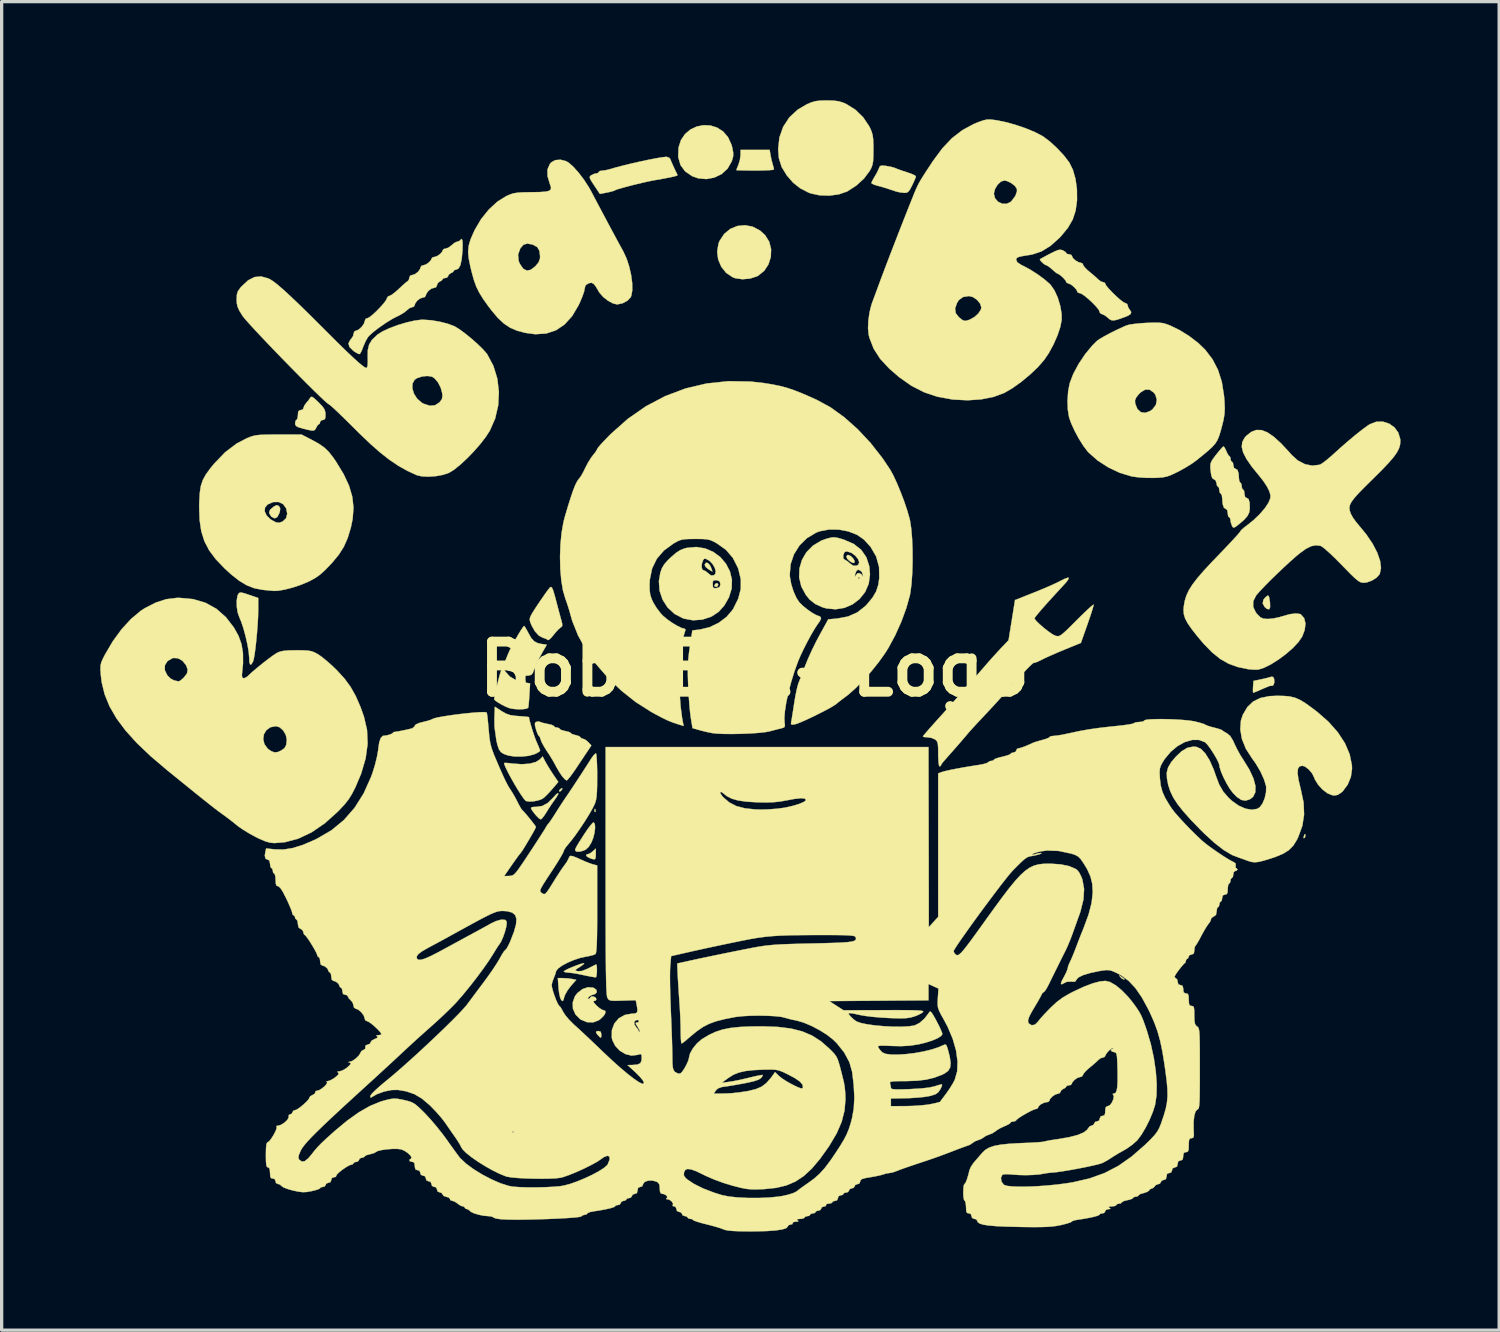
<source format=kicad_pcb>
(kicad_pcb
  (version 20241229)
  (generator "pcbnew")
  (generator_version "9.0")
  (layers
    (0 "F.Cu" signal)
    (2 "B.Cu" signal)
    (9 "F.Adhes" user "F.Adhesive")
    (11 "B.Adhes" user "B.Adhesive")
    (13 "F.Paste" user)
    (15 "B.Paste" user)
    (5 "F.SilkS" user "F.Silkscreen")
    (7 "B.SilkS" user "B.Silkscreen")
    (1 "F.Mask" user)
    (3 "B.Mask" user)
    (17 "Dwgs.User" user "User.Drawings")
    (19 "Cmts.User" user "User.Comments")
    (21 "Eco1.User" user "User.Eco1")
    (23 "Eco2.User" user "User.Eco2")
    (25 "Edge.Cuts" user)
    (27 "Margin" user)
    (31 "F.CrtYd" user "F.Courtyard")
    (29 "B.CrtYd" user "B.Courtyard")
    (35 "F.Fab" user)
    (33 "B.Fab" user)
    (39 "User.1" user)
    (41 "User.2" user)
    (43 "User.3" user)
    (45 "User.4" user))
  (footprint "BobaBot-Logo"
    (layer "F.Cu")
    (at 19.895 17.298)
    (property "Reference" "BobaBot-Logo" (at 0 0 0) (layer "F.SilkS") (effects (font (size 1.524 1.524) (thickness 0.3))))
    (attr through_hole)
    (fp_poly (pts (xy -4.839 4.268) (xy -4.834 4.334) (xy -4.843 4.349) (xy -4.862 4.336) (xy -4.865 4.293) (xy -4.855 4.248) (xy -4.839 4.268)) (stroke (width 0.01) (type solid)) (fill yes) (layer "F.SilkS"))
    (fp_poly (pts (xy -5.851 3.663) (xy -5.893 3.711) (xy -5.931 3.725) (xy -5.942 3.701) (xy -5.918 3.666) (xy -5.866 3.623) (xy -5.848 3.621) (xy -5.851 3.663)) (stroke (width 0.01) (type solid)) (fill yes) (layer "F.SilkS"))
    (fp_poly (pts (xy -1.101 -2.565) (xy -1.135 -2.506) (xy -1.168 -2.498) (xy -1.217 -2.522) (xy -1.218 -2.548) (xy -1.176 -2.604) (xy -1.125 -2.611) (xy -1.101 -2.565)) (stroke (width 0.01) (type solid)) (fill yes) (layer "F.SilkS"))
    (fp_poly (pts (xy 16.755 5.032) (xy 16.746 5.109) (xy 16.729 5.132) (xy 16.701 5.143) (xy 16.709 5.081) (xy 16.71 5.077) (xy 16.735 5.02) (xy 16.755 5.032)) (stroke (width 0.01) (type solid)) (fill yes) (layer "F.SilkS"))
    (fp_poly (pts (xy -4.675 11.031) (xy -4.657 11.113) (xy -4.662 11.198) (xy -4.688 11.207) (xy -4.751 11.146) (xy -4.756 11.141) (xy -4.817 11.059) (xy -4.808 11.017) (xy -4.741 11.007) (xy -4.675 11.031)) (stroke (width 0.01) (type solid)) (fill yes) (layer "F.SilkS"))
    (fp_poly (pts (xy 11.112 9.324) (xy 11.155 9.354) (xy 11.226 9.406) (xy 11.257 9.428) (xy 11.243 9.44) (xy 11.231 9.44) (xy 11.172 9.41) (xy 11.128 9.366) (xy 11.092 9.317) (xy 11.112 9.324)) (stroke (width 0.01) (type solid)) (fill yes) (layer "F.SilkS"))
    (fp_poly (pts (xy 2.926 -3.439) (xy 3.002 -3.364) (xy 3.046 -3.283) (xy 3.048 -3.267) (xy 3.029 -3.224) (xy 2.967 -3.24) (xy 2.889 -3.288) (xy 2.818 -3.36) (xy 2.796 -3.428) (xy 2.827 -3.468) (xy 2.851 -3.471) (xy 2.926 -3.439)) (stroke (width 0.01) (type solid)) (fill yes) (layer "F.SilkS"))
    (fp_poly (pts (xy -4.826 5.629) (xy -4.83 5.742) (xy -4.858 5.786) (xy -4.93 5.777) (xy -5.006 5.75) (xy -5.091 5.705) (xy -5.122 5.66) (xy -5.092 5.632) (xy -5.067 5.63) (xy -4.998 5.603) (xy -4.919 5.544) (xy -4.826 5.458) (xy -4.826 5.629)) (stroke (width 0.01) (type solid)) (fill yes) (layer "F.SilkS"))
    (fp_poly (pts (xy 15.654 -2.177) (xy 15.674 -2.051) (xy 15.678 -2.021) (xy 15.682 -1.882) (xy 15.651 -1.818) (xy 15.585 -1.831) (xy 15.518 -1.887) (xy 15.457 -1.996) (xy 15.478 -2.109) (xy 15.537 -2.18) (xy 15.596 -2.229) (xy 15.632 -2.232) (xy 15.654 -2.177)) (stroke (width 0.01) (type solid)) (fill yes) (layer "F.SilkS"))
    (fp_poly (pts (xy -14.488 -4.975) (xy -14.458 -4.949) (xy -14.424 -4.889) (xy -14.432 -4.802) (xy -14.45 -4.742) (xy -14.513 -4.622) (xy -14.591 -4.584) (xy -14.682 -4.628) (xy -14.708 -4.654) (xy -14.761 -4.75) (xy -14.734 -4.842) (xy -14.626 -4.936) (xy -14.542 -4.982) (xy -14.488 -4.975)) (stroke (width 0.01) (type solid)) (fill yes) (layer "F.SilkS"))
    (fp_poly (pts (xy -1.419 -3.226) (xy -1.356 -3.159) (xy -1.326 -3.101) (xy -1.292 -3.011) (xy -1.28 -2.968) (xy -1.28 -2.967) (xy -1.32 -2.989) (xy -1.402 -3.037) (xy -1.408 -3.041) (xy -1.486 -3.108) (xy -1.514 -3.172) (xy -1.514 -3.175) (xy -1.478 -3.234) (xy -1.419 -3.226)) (stroke (width 0.01) (type solid)) (fill yes) (layer "F.SilkS"))
    (fp_poly (pts (xy -5.685 9.406) (xy -5.552 9.424) (xy -5.42 9.451) (xy -5.585 9.638) (xy -5.684 9.769) (xy -5.76 9.905) (xy -5.786 9.977) (xy -5.813 10.072) (xy -5.839 10.097) (xy -5.878 10.062) (xy -5.88 10.059) (xy -5.912 9.983) (xy -5.941 9.851) (xy -5.959 9.694) (xy -5.98 9.398) (xy -5.832 9.398) (xy -5.685 9.406)) (stroke (width 0.01) (type solid)) (fill yes) (layer "F.SilkS"))
    (fp_poly (pts (xy 15.773 0.239) (xy 15.803 0.298) (xy 15.811 0.405) (xy 15.784 0.485) (xy 15.743 0.508) (xy 15.686 0.508) (xy 15.685 0.508) (xy 15.638 0.525) (xy 15.537 0.566) (xy 15.425 0.614) (xy 15.298 0.67) (xy 15.204 0.708) (xy 15.169 0.72) (xy 15.16 0.682) (xy 15.161 0.588) (xy 15.163 0.54) (xy 15.177 0.36) (xy 15.409 0.312) (xy 15.551 0.28) (xy 15.666 0.25) (xy 15.711 0.235) (xy 15.773 0.239)) (stroke (width 0.01) (type solid)) (fill yes) (layer "F.SilkS"))
    (fp_poly (pts (xy -4.855 4.716) (xy -4.847 4.828) (xy -4.864 4.973) (xy -4.902 5.129) (xy -4.956 5.267) (xy -5.041 5.407) (xy -5.131 5.49) (xy -5.213 5.527) (xy -5.325 5.553) (xy -5.409 5.55) (xy -5.419 5.546) (xy -5.444 5.526) (xy -5.453 5.498) (xy -5.439 5.45) (xy -5.396 5.37) (xy -5.32 5.245) (xy -5.204 5.064) (xy -5.176 5.02) (xy -5.072 4.867) (xy -4.982 4.748) (xy -4.916 4.675) (xy -4.889 4.66) (xy -4.855 4.716)) (stroke (width 0.01) (type solid)) (fill yes) (layer "F.SilkS"))
    (fp_poly (pts (xy -5.968 3.804) (xy -6.022 3.898) (xy -6.062 3.955) (xy -6.169 4.107) (xy -6.281 4.279) (xy -6.329 4.357) (xy -6.404 4.472) (xy -6.469 4.55) (xy -6.501 4.571) (xy -6.553 4.541) (xy -6.631 4.464) (xy -6.67 4.418) (xy -6.762 4.3) (xy -6.797 4.232) (xy -6.774 4.2) (xy -6.69 4.191) (xy -6.639 4.191) (xy -6.455 4.164) (xy -6.292 4.076) (xy -6.129 3.917) (xy -6.119 3.905) (xy -6.023 3.803) (xy -5.971 3.77) (xy -5.968 3.804)) (stroke (width 0.01) (type solid)) (fill yes) (layer "F.SilkS"))
    (fp_poly (pts (xy -0.055 -13.454) (xy 0.166 -13.34) (xy 0.326 -13.194) (xy 0.45 -12.994) (xy 0.506 -12.767) (xy 0.497 -12.533) (xy 0.426 -12.309) (xy 0.298 -12.114) (xy 0.117 -11.966) (xy 0.074 -11.943) (xy -0.136 -11.876) (xy -0.367 -11.856) (xy -0.582 -11.887) (xy -0.656 -11.913) (xy -0.858 -12.047) (xy -1.009 -12.235) (xy -1.104 -12.458) (xy -1.134 -12.699) (xy -1.094 -12.94) (xy -1.063 -13.018) (xy -0.922 -13.233) (xy -0.737 -13.386) (xy -0.52 -13.475) (xy -0.288 -13.499) (xy -0.055 -13.454)) (stroke (width 0.01) (type solid)) (fill yes) (layer "F.SilkS"))
    (fp_poly (pts (xy 0.488 -15.632) (xy 0.517 -15.488) (xy 0.552 -15.356) (xy 0.554 -15.35) (xy 0.582 -15.252) (xy 0.593 -15.194) (xy 0.553 -15.182) (xy 0.444 -15.172) (xy 0.281 -15.165) (xy 0.08 -15.162) (xy 0.021 -15.162) (xy -0.188 -15.163) (xy -0.362 -15.166) (xy -0.487 -15.169) (xy -0.547 -15.174) (xy -0.55 -15.175) (xy -0.536 -15.218) (xy -0.499 -15.31) (xy -0.487 -15.339) (xy -0.443 -15.485) (xy -0.423 -15.632) (xy -0.423 -15.641) (xy -0.423 -15.79) (xy 0.462 -15.79) (xy 0.488 -15.632)) (stroke (width 0.01) (type solid)) (fill yes) (layer "F.SilkS"))
    (fp_poly (pts (xy -1.339 -16.531) (xy -1.137 -16.468) (xy -0.955 -16.351) (xy -0.805 -16.177) (xy -0.698 -15.945) (xy -0.675 -15.858) (xy -0.647 -15.707) (xy -0.648 -15.595) (xy -0.679 -15.478) (xy -0.695 -15.433) (xy -0.819 -15.219) (xy -0.999 -15.055) (xy -1.219 -14.948) (xy -1.461 -14.902) (xy -1.711 -14.925) (xy -1.896 -14.991) (xy -2.108 -15.136) (xy -2.248 -15.326) (xy -2.316 -15.561) (xy -2.319 -15.598) (xy -2.308 -15.865) (xy -2.234 -16.091) (xy -2.11 -16.273) (xy -1.946 -16.41) (xy -1.755 -16.5) (xy -1.549 -16.541) (xy -1.339 -16.531)) (stroke (width 0.01) (type solid)) (fill yes) (layer "F.SilkS"))
    (fp_poly (pts (xy -15.557 -2.317) (xy -15.431 -2.278) (xy -15.373 -2.258) (xy -15.092 -2.163) (xy -15.092 -1.812) (xy -15.096 -1.609) (xy -15.109 -1.372) (xy -15.128 -1.119) (xy -15.151 -0.867) (xy -15.177 -0.634) (xy -15.204 -0.437) (xy -15.23 -0.294) (xy -15.249 -0.231) (xy -15.3 -0.144) (xy -15.338 -0.14) (xy -15.361 -0.218) (xy -15.367 -0.35) (xy -15.381 -0.522) (xy -15.419 -0.744) (xy -15.474 -0.99) (xy -15.539 -1.23) (xy -15.608 -1.438) (xy -15.661 -1.563) (xy -15.714 -1.712) (xy -15.743 -1.893) (xy -15.747 -2.072) (xy -15.725 -2.221) (xy -15.701 -2.278) (xy -15.671 -2.315) (xy -15.63 -2.329) (xy -15.557 -2.317)) (stroke (width 0.01) (type solid)) (fill yes) (layer "F.SilkS"))
    (fp_poly (pts (xy -6.977 -1.278) (xy -6.926 -1.189) (xy -6.883 -1.109) (xy -6.789 -0.944) (xy -6.697 -0.843) (xy -6.587 -0.787) (xy -6.478 -0.764) (xy -6.317 -0.741) (xy -6.476 -0.461) (xy -6.565 -0.294) (xy -6.645 -0.126) (xy -6.697 0.004) (xy -6.741 0.119) (xy -6.79 0.176) (xy -6.872 0.197) (xy -6.925 0.202) (xy -7.119 0.179) (xy -7.218 0.133) (xy -7.333 0.047) (xy -7.451 -0.061) (xy -7.469 -0.079) (xy -7.593 -0.211) (xy -7.495 -0.455) (xy -7.442 -0.573) (xy -7.366 -0.721) (xy -7.279 -0.882) (xy -7.189 -1.04) (xy -7.107 -1.175) (xy -7.042 -1.272) (xy -7.005 -1.312) (xy -7.004 -1.312) (xy -6.977 -1.278)) (stroke (width 0.01) (type solid)) (fill yes) (layer "F.SilkS"))
    (fp_poly (pts (xy -7.635 -0.011) (xy -7.585 0.063) (xy -7.578 0.074) (xy -7.44 0.227) (xy -7.245 0.343) (xy -7.019 0.407) (xy -7.016 0.407) (xy -6.824 0.434) (xy -6.845 0.778) (xy -6.856 0.945) (xy -6.868 1.082) (xy -6.879 1.165) (xy -6.881 1.175) (xy -6.93 1.204) (xy -7.037 1.22) (xy -7.176 1.224) (xy -7.322 1.213) (xy -7.449 1.189) (xy -7.453 1.187) (xy -7.559 1.146) (xy -7.681 1.085) (xy -7.798 1.017) (xy -7.884 0.957) (xy -7.916 0.92) (xy -7.906 0.847) (xy -7.879 0.715) (xy -7.842 0.55) (xy -7.799 0.375) (xy -7.757 0.214) (xy -7.721 0.091) (xy -7.699 0.033) (xy -7.666 -0.018) (xy -7.635 -0.011)) (stroke (width 0.01) (type solid)) (fill yes) (layer "F.SilkS"))
    (fp_poly (pts (xy -6.369 2.8) (xy -6.307 2.91) (xy -6.218 3.056) (xy -6.132 3.188) (xy -5.966 3.433) (xy -6.165 3.666) (xy -6.277 3.789) (xy -6.379 3.89) (xy -6.451 3.947) (xy -6.452 3.947) (xy -6.573 3.993) (xy -6.716 4.022) (xy -6.851 4.029) (xy -6.945 4.013) (xy -6.959 4.005) (xy -7.018 3.938) (xy -7.1 3.82) (xy -7.198 3.666) (xy -7.302 3.492) (xy -7.403 3.313) (xy -7.494 3.144) (xy -7.564 3.001) (xy -7.606 2.9) (xy -7.611 2.855) (xy -7.565 2.853) (xy -7.46 2.861) (xy -7.354 2.874) (xy -7.076 2.894) (xy -6.835 2.877) (xy -6.644 2.825) (xy -6.523 2.745) (xy -6.441 2.658) (xy -6.369 2.8)) (stroke (width 0.01) (type solid)) (fill yes) (layer "F.SilkS"))
    (fp_poly (pts (xy -7.692 1.278) (xy -7.561 1.353) (xy -7.435 1.398) (xy -7.277 1.422) (xy -7.173 1.43) (xy -7.022 1.441) (xy -6.911 1.453) (xy -6.859 1.461) (xy -6.858 1.463) (xy -6.845 1.54) (xy -6.81 1.673) (xy -6.761 1.835) (xy -6.707 2.002) (xy -6.654 2.149) (xy -6.62 2.229) (xy -6.565 2.355) (xy -6.529 2.45) (xy -6.519 2.484) (xy -6.555 2.519) (xy -6.645 2.569) (xy -6.7 2.593) (xy -6.873 2.639) (xy -7.088 2.661) (xy -7.307 2.658) (xy -7.489 2.629) (xy -7.495 2.627) (xy -7.627 2.58) (xy -7.714 2.523) (xy -7.773 2.436) (xy -7.819 2.298) (xy -7.848 2.172) (xy -7.906 1.758) (xy -7.909 1.493) (xy -7.895 1.145) (xy -7.692 1.278)) (stroke (width 0.01) (type solid)) (fill yes) (layer "F.SilkS"))
    (fp_poly (pts (xy -6.152 -2.465) (xy -6.117 -2.378) (xy -6.072 -2.225) (xy -6.04 -2.105) (xy -5.987 -1.902) (xy -5.935 -1.708) (xy -5.893 -1.552) (xy -5.875 -1.489) (xy -5.846 -1.372) (xy -5.848 -1.309) (xy -5.883 -1.272) (xy -5.895 -1.265) (xy -5.961 -1.209) (xy -6.051 -1.111) (xy -6.113 -1.034) (xy -6.195 -0.938) (xy -6.258 -0.886) (xy -6.284 -0.884) (xy -6.339 -0.921) (xy -6.437 -0.953) (xy -6.558 -1.018) (xy -6.677 -1.149) (xy -6.779 -1.328) (xy -6.816 -1.423) (xy -6.833 -1.482) (xy -6.832 -1.54) (xy -6.808 -1.611) (xy -6.753 -1.711) (xy -6.662 -1.854) (xy -6.566 -1.998) (xy -6.448 -2.171) (xy -6.343 -2.321) (xy -6.261 -2.432) (xy -6.213 -2.488) (xy -6.212 -2.489) (xy -6.182 -2.498) (xy -6.152 -2.465)) (stroke (width 0.01) (type solid)) (fill yes) (layer "F.SilkS"))
    (fp_poly (pts (xy -5.179 8.946) (xy -5.2 8.977) (xy -5.274 9.034) (xy -5.32 9.064) (xy -5.415 9.125) (xy -5.446 9.158) (xy -5.417 9.177) (xy -5.375 9.189) (xy -5.248 9.182) (xy -5.071 9.112) (xy -5.059 9.106) (xy -4.937 9.043) (xy -4.848 8.998) (xy -4.817 8.982) (xy -4.8 9.01) (xy -4.792 9.092) (xy -4.792 9.198) (xy -4.799 9.298) (xy -4.814 9.363) (xy -4.821 9.372) (xy -4.872 9.37) (xy -4.983 9.351) (xy -5.135 9.321) (xy -5.186 9.31) (xy -5.365 9.273) (xy -5.529 9.245) (xy -5.648 9.232) (xy -5.662 9.231) (xy -5.756 9.22) (xy -5.799 9.198) (xy -5.8 9.195) (xy -5.763 9.166) (xy -5.671 9.119) (xy -5.544 9.064) (xy -5.409 9.011) (xy -5.287 8.968) (xy -5.202 8.946) (xy -5.179 8.946)) (stroke (width 0.01) (type solid)) (fill yes) (layer "F.SilkS"))
    (fp_poly (pts (xy 3.955 -15.308) (xy 4.015 -15.3) (xy 4.15 -15.275) (xy 4.258 -15.245) (xy 4.286 -15.233) (xy 4.363 -15.202) (xy 4.492 -15.156) (xy 4.635 -15.11) (xy 4.773 -15.062) (xy 4.872 -15.017) (xy 4.911 -14.986) (xy 4.911 -14.985) (xy 4.893 -14.929) (xy 4.848 -14.822) (xy 4.796 -14.712) (xy 4.728 -14.582) (xy 4.673 -14.512) (xy 4.614 -14.485) (xy 4.553 -14.483) (xy 4.412 -14.5) (xy 4.297 -14.528) (xy 4.157 -14.574) (xy 4.043 -14.613) (xy 3.917 -14.652) (xy 3.768 -14.693) (xy 3.736 -14.701) (xy 3.627 -14.736) (xy 3.563 -14.771) (xy 3.556 -14.782) (xy 3.577 -14.837) (xy 3.629 -14.933) (xy 3.656 -14.976) (xy 3.726 -15.098) (xy 3.778 -15.208) (xy 3.786 -15.231) (xy 3.813 -15.29) (xy 3.861 -15.313) (xy 3.955 -15.308)) (stroke (width 0.01) (type solid)) (fill yes) (layer "F.SilkS"))
    (fp_poly (pts (xy -13.393 -8.238) (xy -13.294 -8.147) (xy -13.259 -8.113) (xy -13.143 -7.993) (xy -13.079 -7.902) (xy -13.051 -7.814) (xy -13.046 -7.743) (xy -13.052 -7.634) (xy -13.081 -7.586) (xy -13.126 -7.578) (xy -13.193 -7.551) (xy -13.208 -7.514) (xy -13.227 -7.458) (xy -13.244 -7.451) (xy -13.285 -7.417) (xy -13.327 -7.345) (xy -13.357 -7.287) (xy -13.395 -7.257) (xy -13.458 -7.253) (xy -13.566 -7.273) (xy -13.727 -7.313) (xy -13.865 -7.353) (xy -13.938 -7.391) (xy -13.967 -7.439) (xy -13.97 -7.477) (xy -13.955 -7.554) (xy -13.928 -7.578) (xy -13.9 -7.615) (xy -13.886 -7.706) (xy -13.885 -7.726) (xy -13.876 -7.828) (xy -13.839 -7.869) (xy -13.801 -7.874) (xy -13.732 -7.9) (xy -13.716 -7.938) (xy -13.689 -8.015) (xy -13.642 -8.079) (xy -13.562 -8.175) (xy -13.519 -8.238) (xy -13.489 -8.276) (xy -13.452 -8.278) (xy -13.393 -8.238)) (stroke (width 0.01) (type solid)) (fill yes) (layer "F.SilkS"))
    (fp_poly (pts (xy -4.901 9.69) (xy -4.893 9.693) (xy -4.81 9.752) (xy -4.794 9.824) (xy -4.844 9.882) (xy -4.897 9.898) (xy -4.971 9.923) (xy -5.035 9.967) (xy -5.068 10.009) (xy -5.052 10.032) (xy -5.043 10.033) (xy -4.998 10.002) (xy -4.995 9.988) (xy -4.96 9.958) (xy -4.9 9.956) (xy -4.831 9.989) (xy -4.806 10.042) (xy -4.83 10.084) (xy -4.876 10.091) (xy -4.903 10.106) (xy -4.869 10.162) (xy -4.808 10.229) (xy -4.711 10.314) (xy -4.626 10.365) (xy -4.599 10.372) (xy -4.537 10.396) (xy -4.534 10.458) (xy -4.583 10.544) (xy -4.68 10.639) (xy -4.74 10.683) (xy -4.906 10.745) (xy -5.093 10.738) (xy -5.279 10.661) (xy -5.299 10.648) (xy -5.444 10.503) (xy -5.521 10.326) (xy -5.526 10.135) (xy -5.459 9.95) (xy -5.386 9.854) (xy -5.231 9.733) (xy -5.062 9.676) (xy -4.901 9.69)) (stroke (width 0.01) (type solid)) (fill yes) (layer "F.SilkS"))
    (fp_poly (pts (xy 2.403 -17.288) (xy 2.553 -17.269) (xy 2.685 -17.231) (xy 2.794 -17.183) (xy 3.068 -17.012) (xy 3.307 -16.779) (xy 3.489 -16.509) (xy 3.51 -16.468) (xy 3.561 -16.35) (xy 3.593 -16.241) (xy 3.61 -16.116) (xy 3.617 -15.949) (xy 3.618 -15.788) (xy 3.615 -15.582) (xy 3.607 -15.437) (xy 3.587 -15.332) (xy 3.554 -15.242) (xy 3.502 -15.147) (xy 3.33 -14.918) (xy 3.1 -14.707) (xy 2.839 -14.537) (xy 2.811 -14.522) (xy 2.563 -14.437) (xy 2.277 -14.399) (xy 1.983 -14.408) (xy 1.713 -14.466) (xy 1.643 -14.492) (xy 1.387 -14.624) (xy 1.174 -14.794) (xy 0.986 -15.01) (xy 0.828 -15.267) (xy 0.742 -15.539) (xy 0.72 -15.809) (xy 0.759 -16.168) (xy 0.874 -16.493) (xy 1.06 -16.777) (xy 1.313 -17.012) (xy 1.587 -17.174) (xy 1.735 -17.237) (xy 1.868 -17.273) (xy 2.021 -17.29) (xy 2.201 -17.293) (xy 2.403 -17.288)) (stroke (width 0.01) (type solid)) (fill yes) (layer "F.SilkS"))
    (fp_poly (pts (xy -2.588 -15.548) (xy -2.557 -15.505) (xy -2.527 -15.427) (xy -2.472 -15.303) (xy -2.405 -15.159) (xy -2.339 -15.025) (xy -2.338 -15.024) (xy -2.358 -15.007) (xy -2.434 -14.984) (xy -2.575 -14.952) (xy -2.786 -14.912) (xy -3.069 -14.862) (xy -3.212 -14.834) (xy -3.391 -14.794) (xy -3.589 -14.747) (xy -3.788 -14.697) (xy -3.969 -14.649) (xy -4.115 -14.607) (xy -4.209 -14.577) (xy -4.233 -14.565) (xy -4.284 -14.542) (xy -4.39 -14.513) (xy -4.478 -14.494) (xy -4.701 -14.45) (xy -4.872 -14.706) (xy -4.959 -14.839) (xy -5.003 -14.922) (xy -5.009 -14.971) (xy -4.983 -15.005) (xy -4.969 -15.016) (xy -4.873 -15.062) (xy -4.818 -15.071) (xy -4.754 -15.09) (xy -4.741 -15.113) (xy -4.706 -15.146) (xy -4.649 -15.155) (xy -4.541 -15.168) (xy -4.427 -15.195) (xy -4.221 -15.254) (xy -3.978 -15.318) (xy -3.713 -15.382) (xy -3.445 -15.442) (xy -3.189 -15.496) (xy -2.964 -15.539) (xy -2.786 -15.568) (xy -2.672 -15.579) (xy -2.671 -15.579) (xy -2.588 -15.548)) (stroke (width 0.01) (type solid)) (fill yes) (layer "F.SilkS"))
    (fp_poly (pts (xy -6.522 1.607) (xy -6.44 1.635) (xy -6.316 1.664) (xy -6.276 1.671) (xy -6.166 1.697) (xy -6.103 1.728) (xy -6.096 1.739) (xy -6.061 1.771) (xy -6.011 1.778) (xy -5.943 1.794) (xy -5.927 1.817) (xy -5.889 1.847) (xy -5.796 1.876) (xy -5.757 1.884) (xy -5.652 1.909) (xy -5.592 1.938) (xy -5.588 1.946) (xy -5.551 1.976) (xy -5.46 2.004) (xy -5.44 2.008) (xy -5.342 2.036) (xy -5.293 2.071) (xy -5.292 2.076) (xy -5.257 2.111) (xy -5.222 2.117) (xy -5.147 2.146) (xy -5.061 2.216) (xy -5.057 2.22) (xy -4.961 2.324) (xy -5.073 2.492) (xy -5.147 2.602) (xy -5.25 2.757) (xy -5.367 2.931) (xy -5.428 3.024) (xy -5.533 3.175) (xy -5.623 3.295) (xy -5.688 3.37) (xy -5.712 3.387) (xy -5.761 3.356) (xy -5.833 3.278) (xy -5.856 3.249) (xy -5.94 3.123) (xy -6.028 2.972) (xy -6.054 2.921) (xy -6.132 2.78) (xy -6.234 2.613) (xy -6.311 2.498) (xy -6.399 2.358) (xy -6.469 2.229) (xy -6.5 2.148) (xy -6.529 2.064) (xy -6.557 2.032) (xy -6.584 1.995) (xy -6.622 1.902) (xy -6.643 1.837) (xy -6.675 1.714) (xy -6.676 1.646) (xy -6.647 1.609) (xy -6.644 1.607) (xy -6.561 1.594) (xy -6.522 1.607)) (stroke (width 0.01) (type solid)) (fill yes) (layer "F.SilkS"))
    (fp_poly (pts (xy -1.496 -3.668) (xy -1.25 -3.562) (xy -1.037 -3.404) (xy -0.867 -3.204) (xy -0.747 -2.972) (xy -0.686 -2.718) (xy -0.693 -2.452) (xy -0.775 -2.184) (xy -0.777 -2.18) (xy -0.92 -1.929) (xy -1.088 -1.742) (xy -1.301 -1.601) (xy -1.322 -1.591) (xy -1.585 -1.504) (xy -1.87 -1.484) (xy -2.146 -1.534) (xy -2.17 -1.542) (xy -2.43 -1.677) (xy -2.641 -1.872) (xy -2.795 -2.112) (xy -2.886 -2.384) (xy -2.9 -2.582) (xy -1.27 -2.582) (xy -1.262 -2.491) (xy -1.221 -2.46) (xy -1.154 -2.463) (xy -1.066 -2.49) (xy -1.038 -2.559) (xy -1.037 -2.582) (xy -1.056 -2.664) (xy -1.128 -2.698) (xy -1.154 -2.702) (xy -1.235 -2.701) (xy -1.266 -2.659) (xy -1.27 -2.582) (xy -2.9 -2.582) (xy -2.906 -2.675) (xy -2.863 -2.93) (xy -2.813 -3.07) (xy -2.798 -3.095) (xy -1.606 -3.095) (xy -1.583 -3.023) (xy -1.552 -3.006) (xy -1.483 -2.977) (xy -1.418 -2.921) (xy -1.319 -2.846) (xy -1.233 -2.854) (xy -1.195 -2.889) (xy -1.177 -2.971) (xy -1.208 -3.083) (xy -1.277 -3.199) (xy -1.37 -3.293) (xy -1.397 -3.31) (xy -1.484 -3.355) (xy -1.53 -3.355) (xy -1.564 -3.307) (xy -1.566 -3.303) (xy -1.601 -3.199) (xy -1.606 -3.095) (xy -2.798 -3.095) (xy -2.743 -3.187) (xy -2.635 -3.31) (xy -2.541 -3.4) (xy -2.388 -3.532) (xy -2.261 -3.616) (xy -2.13 -3.667) (xy -2.056 -3.686) (xy -1.768 -3.713) (xy -1.496 -3.668)) (stroke (width 0.01) (type solid)) (fill yes) (layer "F.SilkS"))
    (fp_poly (pts (xy 2.505 -3.997) (xy 2.635 -3.962) (xy 2.724 -3.934) (xy 3.019 -3.806) (xy 3.246 -3.627) (xy 3.404 -3.398) (xy 3.493 -3.122) (xy 3.513 -2.874) (xy 3.474 -2.593) (xy 3.365 -2.343) (xy 3.198 -2.133) (xy 2.985 -1.97) (xy 2.737 -1.862) (xy 2.467 -1.818) (xy 2.186 -1.845) (xy 2.064 -1.881) (xy 1.849 -1.979) (xy 1.682 -2.11) (xy 1.565 -2.252) (xy 1.424 -2.512) (xy 1.361 -2.78) (xy 3.147 -2.78) (xy 3.153 -2.755) (xy 3.175 -2.752) (xy 3.21 -2.767) (xy 3.203 -2.78) (xy 3.153 -2.785) (xy 3.147 -2.78) (xy 1.361 -2.78) (xy 1.36 -2.784) (xy 1.361 -2.829) (xy 3.053 -2.829) (xy 3.065 -2.814) (xy 3.077 -2.847) (xy 3.13 -2.909) (xy 3.175 -2.921) (xy 3.25 -2.887) (xy 3.273 -2.847) (xy 3.288 -2.802) (xy 3.296 -2.839) (xy 3.297 -2.858) (xy 3.268 -2.946) (xy 3.219 -2.995) (xy 3.148 -3.024) (xy 3.103 -2.985) (xy 3.092 -2.966) (xy 3.058 -2.875) (xy 3.053 -2.829) (xy 1.361 -2.829) (xy 1.367 -3.057) (xy 1.443 -3.317) (xy 1.521 -3.452) (xy 2.699 -3.452) (xy 2.704 -3.36) (xy 2.752 -3.323) (xy 2.836 -3.274) (xy 2.901 -3.216) (xy 3.007 -3.143) (xy 3.112 -3.146) (xy 3.165 -3.182) (xy 3.184 -3.254) (xy 3.147 -3.35) (xy 3.067 -3.448) (xy 2.96 -3.527) (xy 2.93 -3.542) (xy 2.811 -3.58) (xy 2.743 -3.563) (xy 2.706 -3.483) (xy 2.699 -3.452) (xy 1.521 -3.452) (xy 1.581 -3.554) (xy 1.778 -3.754) (xy 2.03 -3.905) (xy 2.187 -3.962) (xy 2.312 -3.995) (xy 2.407 -4.008) (xy 2.505 -3.997)) (stroke (width 0.01) (type solid)) (fill yes) (layer "F.SilkS"))
    (fp_poly (pts (xy 14.297 -6.738) (xy 14.341 -6.651) (xy 14.351 -6.625) (xy 14.397 -6.529) (xy 14.437 -6.479) (xy 14.444 -6.477) (xy 14.472 -6.441) (xy 14.478 -6.392) (xy 14.496 -6.324) (xy 14.52 -6.308) (xy 14.552 -6.271) (xy 14.563 -6.202) (xy 14.583 -6.119) (xy 14.622 -6.096) (xy 14.689 -6.057) (xy 14.725 -5.941) (xy 14.732 -5.817) (xy 14.743 -5.721) (xy 14.77 -5.674) (xy 14.774 -5.673) (xy 14.806 -5.636) (xy 14.817 -5.567) (xy 14.831 -5.487) (xy 14.859 -5.461) (xy 14.889 -5.424) (xy 14.901 -5.336) (xy 14.901 -5.334) (xy 14.92 -5.235) (xy 14.962 -5.207) (xy 15.025 -5.172) (xy 15.058 -5.063) (xy 15.064 -4.889) (xy 15.047 -4.767) (xy 14.994 -4.657) (xy 14.892 -4.541) (xy 14.731 -4.402) (xy 14.724 -4.397) (xy 14.628 -4.324) (xy 14.575 -4.3) (xy 14.543 -4.321) (xy 14.523 -4.356) (xy 14.485 -4.465) (xy 14.478 -4.527) (xy 14.461 -4.597) (xy 14.436 -4.614) (xy 14.406 -4.651) (xy 14.393 -4.74) (xy 14.393 -4.741) (xy 14.376 -4.839) (xy 14.335 -4.868) (xy 14.277 -4.908) (xy 14.239 -5.019) (xy 14.225 -5.191) (xy 14.225 -5.196) (xy 14.213 -5.29) (xy 14.185 -5.334) (xy 14.182 -5.334) (xy 14.15 -5.37) (xy 14.139 -5.44) (xy 14.125 -5.519) (xy 14.097 -5.546) (xy 14.065 -5.582) (xy 14.055 -5.647) (xy 14.024 -5.738) (xy 13.977 -5.768) (xy 13.927 -5.801) (xy 13.895 -5.882) (xy 13.873 -6.029) (xy 13.873 -6.03) (xy 13.863 -6.157) (xy 13.87 -6.247) (xy 13.904 -6.33) (xy 13.974 -6.433) (xy 14.043 -6.523) (xy 14.14 -6.643) (xy 14.218 -6.732) (xy 14.262 -6.772) (xy 14.265 -6.773) (xy 14.297 -6.738)) (stroke (width 0.01) (type solid)) (fill yes) (layer "F.SilkS"))
    (fp_poly (pts (xy -13.46 -6.97) (xy -13.245 -6.851) (xy -13.082 -6.737) (xy -12.947 -6.607) (xy -12.813 -6.436) (xy -12.727 -6.311) (xy -12.494 -5.928) (xy -12.329 -5.575) (xy -12.231 -5.24) (xy -12.195 -4.909) (xy -12.22 -4.568) (xy -12.274 -4.306) (xy -12.37 -3.989) (xy -12.486 -3.724) (xy -12.64 -3.481) (xy -12.846 -3.232) (xy -12.912 -3.161) (xy -13.083 -2.987) (xy -13.227 -2.861) (xy -13.368 -2.763) (xy -13.531 -2.676) (xy -13.579 -2.653) (xy -13.805 -2.559) (xy -14.049 -2.478) (xy -14.286 -2.417) (xy -14.491 -2.382) (xy -14.605 -2.377) (xy -14.704 -2.385) (xy -14.851 -2.399) (xy -14.972 -2.412) (xy -15.211 -2.459) (xy -15.438 -2.547) (xy -15.67 -2.685) (xy -15.919 -2.882) (xy -16.11 -3.057) (xy -16.378 -3.336) (xy -16.582 -3.607) (xy -16.728 -3.888) (xy -16.824 -4.194) (xy -16.875 -4.541) (xy -16.883 -4.796) (xy -14.896 -4.796) (xy -14.838 -4.671) (xy -14.717 -4.554) (xy -14.676 -4.528) (xy -14.55 -4.462) (xy -14.452 -4.45) (xy -14.35 -4.488) (xy -14.346 -4.49) (xy -14.245 -4.587) (xy -14.209 -4.726) (xy -14.242 -4.888) (xy -14.243 -4.89) (xy -14.336 -5.017) (xy -14.472 -5.082) (xy -14.633 -5.08) (xy -14.802 -5.009) (xy -14.803 -5.008) (xy -14.885 -4.913) (xy -14.896 -4.796) (xy -16.883 -4.796) (xy -16.888 -4.945) (xy -16.884 -5.094) (xy -16.869 -5.359) (xy -16.837 -5.569) (xy -16.777 -5.749) (xy -16.682 -5.922) (xy -16.541 -6.115) (xy -16.432 -6.247) (xy -16.098 -6.594) (xy -15.748 -6.859) (xy -15.447 -7.016) (xy -15.342 -7.059) (xy -15.249 -7.09) (xy -15.15 -7.11) (xy -15.029 -7.123) (xy -14.868 -7.129) (xy -14.65 -7.132) (xy -14.476 -7.132) (xy -13.775 -7.133) (xy -13.46 -6.97)) (stroke (width 0.01) (type solid)) (fill yes) (layer "F.SilkS"))
    (fp_poly (pts (xy 9.379 -12.734) (xy 9.456 -12.687) (xy 9.483 -12.651) (xy 9.518 -12.622) (xy 9.567 -12.615) (xy 9.636 -12.595) (xy 9.652 -12.567) (xy 9.686 -12.497) (xy 9.767 -12.424) (xy 9.863 -12.371) (xy 9.912 -12.361) (xy 9.978 -12.334) (xy 9.991 -12.301) (xy 10.022 -12.244) (xy 10.102 -12.157) (xy 10.192 -12.079) (xy 10.312 -11.979) (xy 10.414 -11.889) (xy 10.461 -11.843) (xy 10.543 -11.784) (xy 10.599 -11.769) (xy 10.659 -11.744) (xy 10.668 -11.72) (xy 10.698 -11.662) (xy 10.776 -11.567) (xy 10.884 -11.453) (xy 11.006 -11.335) (xy 11.123 -11.232) (xy 11.218 -11.159) (xy 11.271 -11.134) (xy 11.334 -11.104) (xy 11.345 -11.071) (xy 11.371 -10.99) (xy 11.409 -10.933) (xy 11.456 -10.86) (xy 11.445 -10.803) (xy 11.367 -10.75) (xy 11.239 -10.698) (xy 11.065 -10.636) (xy 10.949 -10.606) (xy 10.869 -10.605) (xy 10.806 -10.634) (xy 10.744 -10.687) (xy 10.651 -10.759) (xy 10.573 -10.794) (xy 10.564 -10.795) (xy 10.508 -10.829) (xy 10.499 -10.865) (xy 10.468 -10.93) (xy 10.388 -11.028) (xy 10.277 -11.143) (xy 10.153 -11.258) (xy 10.034 -11.355) (xy 9.94 -11.417) (xy 9.899 -11.43) (xy 9.834 -11.45) (xy 9.821 -11.474) (xy 9.79 -11.541) (xy 9.714 -11.624) (xy 9.625 -11.695) (xy 9.551 -11.726) (xy 9.548 -11.726) (xy 9.491 -11.752) (xy 9.483 -11.774) (xy 9.453 -11.829) (xy 9.383 -11.906) (xy 9.301 -11.978) (xy 9.234 -12.02) (xy 9.223 -12.023) (xy 9.178 -12.049) (xy 9.097 -12.116) (xy 9.059 -12.15) (xy 8.968 -12.227) (xy 8.899 -12.272) (xy 8.884 -12.277) (xy 8.83 -12.301) (xy 8.76 -12.356) (xy 8.701 -12.417) (xy 8.68 -12.46) (xy 8.681 -12.463) (xy 8.725 -12.49) (xy 8.824 -12.544) (xy 8.959 -12.616) (xy 8.988 -12.631) (xy 9.142 -12.707) (xy 9.245 -12.746) (xy 9.318 -12.752) (xy 9.379 -12.734)) (stroke (width 0.01) (type solid)) (fill yes) (layer "F.SilkS"))
    (fp_poly (pts (xy 12.289 -10.535) (xy 12.408 -10.523) (xy 12.514 -10.496) (xy 12.634 -10.451) (xy 12.644 -10.447) (xy 12.93 -10.308) (xy 13.222 -10.126) (xy 13.492 -9.92) (xy 13.709 -9.711) (xy 13.932 -9.418) (xy 14.098 -9.096) (xy 14.213 -8.733) (xy 14.28 -8.313) (xy 14.294 -8.149) (xy 14.303 -7.928) (xy 14.294 -7.748) (xy 14.262 -7.566) (xy 14.223 -7.408) (xy 14.173 -7.221) (xy 14.127 -7.076) (xy 14.077 -6.959) (xy 14.012 -6.856) (xy 13.921 -6.754) (xy 13.793 -6.637) (xy 13.619 -6.492) (xy 13.441 -6.348) (xy 13.301 -6.247) (xy 13.118 -6.133) (xy 12.926 -6.026) (xy 12.876 -6) (xy 12.699 -5.915) (xy 12.562 -5.862) (xy 12.433 -5.833) (xy 12.278 -5.819) (xy 12.135 -5.814) (xy 11.919 -5.816) (xy 11.693 -5.83) (xy 11.501 -5.855) (xy 11.467 -5.861) (xy 11.114 -5.967) (xy 10.763 -6.132) (xy 10.439 -6.341) (xy 10.168 -6.58) (xy 10.126 -6.626) (xy 9.999 -6.794) (xy 9.863 -7.012) (xy 9.735 -7.249) (xy 9.631 -7.478) (xy 9.568 -7.657) (xy 9.53 -7.892) (xy 9.521 -8.164) (xy 11.572 -8.164) (xy 11.58 -8.071) (xy 11.647 -7.906) (xy 11.753 -7.812) (xy 11.888 -7.793) (xy 12.04 -7.852) (xy 12.104 -7.899) (xy 12.207 -8.033) (xy 12.238 -8.188) (xy 12.194 -8.34) (xy 12.142 -8.411) (xy 12.017 -8.497) (xy 11.884 -8.499) (xy 11.747 -8.418) (xy 11.686 -8.357) (xy 11.603 -8.25) (xy 11.572 -8.164) (xy 9.521 -8.164) (xy 9.521 -8.168) (xy 9.54 -8.449) (xy 9.588 -8.696) (xy 9.59 -8.7) (xy 9.697 -8.98) (xy 9.859 -9.281) (xy 10.057 -9.577) (xy 10.277 -9.843) (xy 10.414 -9.979) (xy 10.502 -10.041) (xy 10.647 -10.126) (xy 10.831 -10.224) (xy 11.033 -10.324) (xy 11.233 -10.416) (xy 11.324 -10.454) (xy 11.418 -10.478) (xy 11.574 -10.5) (xy 11.766 -10.519) (xy 11.921 -10.528) (xy 12.135 -10.536) (xy 12.289 -10.535)) (stroke (width 0.01) (type solid)) (fill yes) (layer "F.SilkS"))
    (fp_poly (pts (xy 16.104 0.817) (xy 16.281 0.833) (xy 16.434 0.87) (xy 16.584 0.934) (xy 16.749 1.033) (xy 16.947 1.175) (xy 17.108 1.297) (xy 17.455 1.6) (xy 17.74 1.922) (xy 17.957 2.254) (xy 18.101 2.591) (xy 18.169 2.923) (xy 18.173 3.03) (xy 18.138 3.28) (xy 18.04 3.517) (xy 17.894 3.712) (xy 17.853 3.75) (xy 17.743 3.824) (xy 17.638 3.844) (xy 17.574 3.837) (xy 17.431 3.78) (xy 17.28 3.667) (xy 17.144 3.519) (xy 17.046 3.361) (xy 17.022 3.299) (xy 16.959 3.172) (xy 16.859 3.053) (xy 16.748 2.968) (xy 16.665 2.94) (xy 16.577 2.959) (xy 16.528 3.031) (xy 16.517 3.162) (xy 16.543 3.357) (xy 16.606 3.623) (xy 16.616 3.662) (xy 16.7 4.06) (xy 16.715 4.423) (xy 16.662 4.766) (xy 16.538 5.107) (xy 16.496 5.194) (xy 16.389 5.366) (xy 16.256 5.502) (xy 16.08 5.614) (xy 15.844 5.713) (xy 15.697 5.762) (xy 15.487 5.826) (xy 15.336 5.863) (xy 15.221 5.876) (xy 15.12 5.866) (xy 15.014 5.835) (xy 14.965 5.817) (xy 14.85 5.775) (xy 14.768 5.746) (xy 14.753 5.742) (xy 14.524 5.654) (xy 14.27 5.503) (xy 13.988 5.284) (xy 13.673 4.996) (xy 13.547 4.87) (xy 13.263 4.576) (xy 13.039 4.324) (xy 12.865 4.104) (xy 12.736 3.904) (xy 12.645 3.714) (xy 12.583 3.523) (xy 12.545 3.323) (xy 12.539 3.148) (xy 12.58 2.99) (xy 12.676 2.829) (xy 12.811 2.669) (xy 12.994 2.496) (xy 13.163 2.396) (xy 13.333 2.36) (xy 13.441 2.366) (xy 13.577 2.427) (xy 13.712 2.566) (xy 13.844 2.78) (xy 13.968 3.06) (xy 14.032 3.246) (xy 14.134 3.514) (xy 14.256 3.726) (xy 14.417 3.912) (xy 14.52 4.007) (xy 14.725 4.153) (xy 14.931 4.244) (xy 15.123 4.278) (xy 15.287 4.251) (xy 15.366 4.203) (xy 15.45 4.09) (xy 15.518 3.927) (xy 15.558 3.746) (xy 15.562 3.582) (xy 15.56 3.564) (xy 15.498 3.356) (xy 15.389 3.116) (xy 15.244 2.87) (xy 15.126 2.706) (xy 14.944 2.422) (xy 14.826 2.129) (xy 14.775 1.839) (xy 14.794 1.567) (xy 14.853 1.387) (xy 14.99 1.156) (xy 15.163 0.989) (xy 15.383 0.88) (xy 15.659 0.823) (xy 15.886 0.813) (xy 16.104 0.817)) (stroke (width 0.01) (type solid)) (fill yes) (layer "F.SilkS"))
    (fp_poly (pts (xy 9.546 -2.733) (xy 9.491 -2.654) (xy 9.456 -2.613) (xy 9.161 -2.292) (xy 8.923 -2.031) (xy 8.741 -1.826) (xy 8.614 -1.676) (xy 8.539 -1.581) (xy 8.515 -1.537) (xy 8.516 -1.536) (xy 8.569 -1.465) (xy 8.672 -1.364) (xy 8.802 -1.251) (xy 8.939 -1.144) (xy 9.061 -1.059) (xy 9.147 -1.015) (xy 9.148 -1.015) (xy 9.201 -1.002) (xy 9.249 -1.002) (xy 9.302 -1.022) (xy 9.37 -1.072) (xy 9.466 -1.157) (xy 9.599 -1.286) (xy 9.78 -1.467) (xy 9.798 -1.485) (xy 9.965 -1.65) (xy 10.11 -1.789) (xy 10.223 -1.892) (xy 10.295 -1.951) (xy 10.316 -1.961) (xy 10.306 -1.91) (xy 10.272 -1.796) (xy 10.22 -1.632) (xy 10.152 -1.435) (xy 10.127 -1.361) (xy 9.927 -0.796) (xy 9.419 -0.588) (xy 9.206 -0.499) (xy 9.003 -0.41) (xy 8.831 -0.332) (xy 8.716 -0.275) (xy 8.603 -0.22) (xy 8.523 -0.192) (xy 8.501 -0.192) (xy 8.463 -0.171) (xy 8.373 -0.089) (xy 8.236 0.051) (xy 8.053 0.245) (xy 7.829 0.491) (xy 7.567 0.784) (xy 7.455 0.911) (xy 7.347 1.031) (xy 7.201 1.189) (xy 7.04 1.362) (xy 6.926 1.483) (xy 6.779 1.639) (xy 6.644 1.786) (xy 6.537 1.905) (xy 6.481 1.97) (xy 6.411 2.053) (xy 6.301 2.182) (xy 6.165 2.339) (xy 6.018 2.506) (xy 5.877 2.666) (xy 5.757 2.802) (xy 5.747 2.812) (xy 5.691 2.886) (xy 5.673 2.929) (xy 5.64 2.962) (xy 5.63 2.963) (xy 5.61 2.923) (xy 5.596 2.813) (xy 5.588 2.646) (xy 5.588 2.585) (xy 5.586 2.401) (xy 5.578 2.283) (xy 5.558 2.21) (xy 5.524 2.164) (xy 5.494 2.14) (xy 5.383 2.093) (xy 5.261 2.074) (xy 5.167 2.068) (xy 5.123 2.052) (xy 5.122 2.05) (xy 5.149 2.011) (xy 5.224 1.923) (xy 5.335 1.795) (xy 5.473 1.64) (xy 5.535 1.571) (xy 5.734 1.351) (xy 5.973 1.083) (xy 6.238 0.786) (xy 6.512 0.475) (xy 6.781 0.169) (xy 7.03 -0.116) (xy 7.125 -0.226) (xy 7.253 -0.369) (xy 7.402 -0.533) (xy 7.515 -0.654) (xy 7.728 -0.878) (xy 7.924 -2.099) (xy 8.502 -2.328) (xy 8.731 -2.421) (xy 8.951 -2.515) (xy 9.142 -2.601) (xy 9.281 -2.668) (xy 9.305 -2.681) (xy 9.427 -2.742) (xy 9.519 -2.776) (xy 9.556 -2.777) (xy 9.546 -2.733)) (stroke (width 0.01) (type solid)) (fill yes) (layer "F.SilkS"))
    (fp_poly (pts (xy -5.735 -15.449) (xy -5.654 -15.404) (xy -5.512 -15.279) (xy -5.35 -15.099) (xy -5.186 -14.883) (xy -5.036 -14.652) (xy -4.957 -14.511) (xy -4.856 -14.318) (xy -4.732 -14.083) (xy -4.593 -13.822) (xy -4.45 -13.552) (xy -4.309 -13.29) (xy -4.181 -13.052) (xy -4.073 -12.853) (xy -3.995 -12.712) (xy -3.989 -12.7) (xy -3.889 -12.485) (xy -3.809 -12.239) (xy -3.751 -11.983) (xy -3.719 -11.737) (xy -3.716 -11.52) (xy -3.746 -11.353) (xy -3.764 -11.309) (xy -3.86 -11.206) (xy -4.004 -11.127) (xy -4.164 -11.092) (xy -4.183 -11.091) (xy -4.308 -11.123) (xy -4.456 -11.204) (xy -4.599 -11.316) (xy -4.71 -11.441) (xy -4.734 -11.48) (xy -4.823 -11.631) (xy -4.891 -11.716) (xy -4.956 -11.748) (xy -5.03 -11.737) (xy -5.049 -11.73) (xy -5.138 -11.673) (xy -5.164 -11.578) (xy -5.165 -11.566) (xy -5.183 -11.476) (xy -5.232 -11.335) (xy -5.303 -11.165) (xy -5.35 -11.064) (xy -5.546 -10.733) (xy -5.775 -10.48) (xy -6.036 -10.304) (xy -6.332 -10.206) (xy -6.664 -10.184) (xy -6.969 -10.225) (xy -7.217 -10.29) (xy -7.428 -10.38) (xy -7.617 -10.505) (xy -7.802 -10.677) (xy -7.998 -10.91) (xy -8.096 -11.038) (xy -8.253 -11.259) (xy -8.371 -11.45) (xy -8.462 -11.635) (xy -8.536 -11.842) (xy -8.605 -12.096) (xy -8.638 -12.233) (xy -8.69 -12.487) (xy -8.7 -12.603) (xy -7.19 -12.603) (xy -7.172 -12.412) (xy -7.133 -12.319) (xy -7.034 -12.177) (xy -6.925 -12.118) (xy -6.803 -12.143) (xy -6.664 -12.25) (xy -6.663 -12.251) (xy -6.565 -12.369) (xy -6.524 -12.481) (xy -6.519 -12.55) (xy -6.539 -12.721) (xy -6.607 -12.834) (xy -6.735 -12.906) (xy -6.751 -12.911) (xy -6.908 -12.941) (xy -7.024 -12.906) (xy -7.118 -12.799) (xy -7.124 -12.789) (xy -7.19 -12.603) (xy -8.7 -12.603) (xy -8.708 -12.693) (xy -8.69 -12.879) (xy -8.632 -13.073) (xy -8.531 -13.304) (xy -8.505 -13.359) (xy -8.312 -13.687) (xy -8.078 -13.977) (xy -7.819 -14.215) (xy -7.549 -14.384) (xy -7.541 -14.387) (xy -7.43 -14.436) (xy -7.328 -14.468) (xy -7.213 -14.487) (xy -7.063 -14.498) (xy -6.856 -14.502) (xy -6.782 -14.503) (xy -6.534 -14.507) (xy -6.361 -14.519) (xy -6.252 -14.542) (xy -6.197 -14.581) (xy -6.187 -14.641) (xy -6.211 -14.724) (xy -6.219 -14.743) (xy -6.293 -14.989) (xy -6.295 -15.193) (xy -6.224 -15.358) (xy -6.18 -15.41) (xy -6.057 -15.478) (xy -5.899 -15.491) (xy -5.735 -15.449)) (stroke (width 0.01) (type solid)) (fill yes) (layer "F.SilkS"))
    (fp_poly (pts (xy -8.885 -13.047) (xy -8.875 -12.933) (xy -8.879 -12.738) (xy -8.88 -12.732) (xy -8.904 -12.467) (xy -8.944 -12.284) (xy -9.003 -12.179) (xy -9.07 -12.15) (xy -9.133 -12.131) (xy -9.144 -12.11) (xy -9.179 -12.067) (xy -9.229 -12.044) (xy -9.297 -11.997) (xy -9.313 -11.956) (xy -9.349 -11.907) (xy -9.398 -11.896) (xy -9.467 -11.879) (xy -9.483 -11.856) (xy -9.518 -11.813) (xy -9.567 -11.79) (xy -9.636 -11.734) (xy -9.652 -11.681) (xy -9.684 -11.612) (xy -9.73 -11.599) (xy -9.828 -11.569) (xy -9.923 -11.496) (xy -9.983 -11.408) (xy -9.991 -11.372) (xy -10.026 -11.314) (xy -10.069 -11.303) (xy -10.167 -11.272) (xy -10.262 -11.199) (xy -10.322 -11.112) (xy -10.329 -11.076) (xy -10.364 -11.018) (xy -10.407 -11.007) (xy -10.492 -10.977) (xy -10.566 -10.916) (xy -10.651 -10.846) (xy -10.779 -10.769) (xy -10.858 -10.73) (xy -11.023 -10.644) (xy -11.21 -10.529) (xy -11.399 -10.399) (xy -11.569 -10.27) (xy -11.7 -10.155) (xy -11.76 -10.088) (xy -11.826 -9.971) (xy -11.891 -9.825) (xy -11.907 -9.781) (xy -11.952 -9.666) (xy -11.995 -9.592) (xy -12.01 -9.579) (xy -12.064 -9.594) (xy -12.157 -9.649) (xy -12.204 -9.683) (xy -12.317 -9.796) (xy -12.347 -9.904) (xy -12.294 -10.01) (xy -12.266 -10.038) (xy -12.207 -10.129) (xy -12.192 -10.197) (xy -12.166 -10.271) (xy -12.127 -10.287) (xy -12.041 -10.321) (xy -11.949 -10.403) (xy -11.877 -10.503) (xy -11.853 -10.581) (xy -11.824 -10.654) (xy -11.776 -10.668) (xy -11.712 -10.698) (xy -11.613 -10.777) (xy -11.495 -10.886) (xy -11.375 -11.01) (xy -11.27 -11.129) (xy -11.199 -11.227) (xy -11.176 -11.281) (xy -11.142 -11.337) (xy -11.109 -11.345) (xy -11.048 -11.373) (xy -10.947 -11.446) (xy -10.828 -11.55) (xy -10.81 -11.568) (xy -10.693 -11.676) (xy -10.598 -11.76) (xy -10.542 -11.802) (xy -10.538 -11.804) (xy -10.505 -11.852) (xy -10.499 -11.899) (xy -10.467 -11.968) (xy -10.42 -11.98) (xy -10.323 -12.011) (xy -10.228 -12.084) (xy -10.167 -12.172) (xy -10.16 -12.208) (xy -10.125 -12.266) (xy -10.082 -12.277) (xy -9.993 -12.304) (xy -9.9 -12.368) (xy -9.834 -12.443) (xy -9.821 -12.483) (xy -9.786 -12.523) (xy -9.743 -12.531) (xy -9.655 -12.558) (xy -9.561 -12.622) (xy -9.495 -12.697) (xy -9.483 -12.737) (xy -9.447 -12.776) (xy -9.4 -12.785) (xy -9.315 -12.813) (xy -9.219 -12.883) (xy -9.211 -12.89) (xy -9.123 -12.962) (xy -9.049 -12.996) (xy -9.043 -12.996) (xy -8.97 -13.021) (xy -8.954 -13.039) (xy -8.911 -13.082) (xy -8.885 -13.047)) (stroke (width 0.01) (type solid)) (fill yes) (layer "F.SilkS"))
    (fp_poly (pts (xy -14.794 -11.883) (xy -14.731 -11.853) (xy -14.632 -11.79) (xy -14.494 -11.682) (xy -14.315 -11.527) (xy -14.092 -11.321) (xy -13.82 -11.062) (xy -13.499 -10.747) (xy -13.124 -10.373) (xy -13.039 -10.288) (xy -12.704 -9.954) (xy -12.425 -9.681) (xy -12.199 -9.467) (xy -12.025 -9.31) (xy -11.899 -9.208) (xy -11.822 -9.16) (xy -11.797 -9.156) (xy -11.768 -9.209) (xy -11.759 -9.342) (xy -11.762 -9.47) (xy -11.76 -9.697) (xy -11.719 -9.871) (xy -11.628 -10.017) (xy -11.476 -10.162) (xy -11.462 -10.173) (xy -11.31 -10.27) (xy -11.098 -10.368) (xy -10.85 -10.461) (xy -10.59 -10.539) (xy -10.343 -10.596) (xy -10.133 -10.624) (xy -10.087 -10.625) (xy -9.839 -10.609) (xy -9.575 -10.565) (xy -9.326 -10.502) (xy -9.127 -10.427) (xy -9.114 -10.42) (xy -8.972 -10.333) (xy -8.796 -10.203) (xy -8.605 -10.048) (xy -8.421 -9.885) (xy -8.262 -9.73) (xy -8.147 -9.601) (xy -8.126 -9.571) (xy -7.939 -9.22) (xy -7.821 -8.834) (xy -7.773 -8.428) (xy -7.794 -8.018) (xy -7.886 -7.62) (xy -8.049 -7.249) (xy -8.174 -7.056) (xy -8.341 -6.841) (xy -8.535 -6.619) (xy -8.742 -6.406) (xy -8.947 -6.216) (xy -9.134 -6.065) (xy -9.289 -5.969) (xy -9.289 -5.969) (xy -9.468 -5.908) (xy -9.685 -5.868) (xy -9.911 -5.851) (xy -10.117 -5.861) (xy -10.266 -5.896) (xy -10.549 -6.025) (xy -10.82 -6.176) (xy -11.092 -6.358) (xy -11.375 -6.579) (xy -11.681 -6.848) (xy -12.022 -7.174) (xy -12.149 -7.301) (xy -12.355 -7.505) (xy -12.542 -7.688) (xy -12.702 -7.842) (xy -12.826 -7.958) (xy -12.906 -8.027) (xy -12.932 -8.045) (xy -12.977 -8.075) (xy -13.073 -8.159) (xy -13.212 -8.29) (xy -13.387 -8.459) (xy -13.458 -8.53) (xy -10.404 -8.53) (xy -10.354 -8.371) (xy -10.257 -8.221) (xy -10.12 -8.102) (xy -10.068 -8.072) (xy -9.876 -8.009) (xy -9.714 -8.023) (xy -9.581 -8.11) (xy -9.509 -8.202) (xy -9.488 -8.299) (xy -9.495 -8.384) (xy -9.541 -8.556) (xy -9.624 -8.718) (xy -9.728 -8.841) (xy -9.808 -8.893) (xy -9.946 -8.915) (xy -10.108 -8.898) (xy -10.256 -8.851) (xy -10.336 -8.799) (xy -10.401 -8.679) (xy -10.404 -8.53) (xy -13.458 -8.53) (xy -13.59 -8.66) (xy -13.814 -8.885) (xy -14.052 -9.126) (xy -14.296 -9.375) (xy -14.539 -9.625) (xy -14.773 -9.869) (xy -14.991 -10.099) (xy -15.186 -10.306) (xy -15.349 -10.485) (xy -15.475 -10.626) (xy -15.555 -10.723) (xy -15.572 -10.747) (xy -15.667 -10.901) (xy -15.72 -11.019) (xy -15.744 -11.133) (xy -15.748 -11.244) (xy -15.741 -11.389) (xy -15.709 -11.491) (xy -15.637 -11.593) (xy -15.592 -11.644) (xy -15.397 -11.824) (xy -15.205 -11.922) (xy -15.007 -11.941) (xy -14.794 -11.883)) (stroke (width 0.01) (type solid)) (fill yes) (layer "F.SilkS"))
    (fp_poly (pts (xy -17.072 -2.127) (xy -16.697 -2.017) (xy -16.364 -1.833) (xy -16.072 -1.575) (xy -15.832 -1.263) (xy -15.692 -1.012) (xy -15.601 -0.759) (xy -15.556 -0.484) (xy -15.554 -0.169) (xy -15.589 0.186) (xy -15.576 0.264) (xy -15.519 0.28) (xy -15.432 0.234) (xy -15.395 0.201) (xy -15.278 0.092) (xy -15.123 -0.04) (xy -14.95 -0.18) (xy -14.78 -0.312) (xy -14.632 -0.42) (xy -14.526 -0.489) (xy -14.52 -0.492) (xy -14.429 -0.531) (xy -14.316 -0.555) (xy -14.16 -0.568) (xy -13.941 -0.571) (xy -13.928 -0.572) (xy -13.723 -0.57) (xy -13.58 -0.562) (xy -13.474 -0.543) (xy -13.383 -0.509) (xy -13.284 -0.456) (xy -13.271 -0.449) (xy -13.156 -0.368) (xy -13.003 -0.244) (xy -12.835 -0.094) (xy -12.694 0.042) (xy -12.467 0.29) (xy -12.281 0.545) (xy -12.123 0.827) (xy -11.98 1.157) (xy -11.877 1.446) (xy -11.783 1.851) (xy -11.765 2.273) (xy -11.825 2.715) (xy -11.962 3.182) (xy -12.135 3.59) (xy -12.239 3.794) (xy -12.342 3.96) (xy -12.466 4.117) (xy -12.631 4.294) (xy -12.67 4.334) (xy -13.068 4.691) (xy -13.471 4.966) (xy -13.877 5.158) (xy -14.284 5.266) (xy -14.604 5.292) (xy -14.733 5.279) (xy -14.878 5.238) (xy -15.06 5.16) (xy -15.17 5.105) (xy -15.358 5.003) (xy -15.542 4.891) (xy -15.692 4.789) (xy -15.733 4.756) (xy -15.872 4.644) (xy -16.041 4.514) (xy -16.187 4.407) (xy -16.259 4.355) (xy -16.333 4.3) (xy -16.416 4.237) (xy -16.514 4.161) (xy -16.635 4.065) (xy -16.786 3.945) (xy -16.974 3.794) (xy -17.205 3.607) (xy -17.487 3.379) (xy -17.827 3.103) (xy -17.865 3.073) (xy -18.36 2.652) (xy -18.779 2.253) (xy -18.888 2.133) (xy -14.94 2.133) (xy -14.903 2.284) (xy -14.804 2.42) (xy -14.71 2.489) (xy -14.604 2.533) (xy -14.501 2.524) (xy -14.396 2.478) (xy -14.293 2.405) (xy -14.24 2.306) (xy -14.224 2.154) (xy -14.224 2.138) (xy -14.255 1.997) (xy -14.333 1.866) (xy -14.439 1.771) (xy -14.549 1.736) (xy -14.721 1.769) (xy -14.845 1.858) (xy -14.92 1.986) (xy -14.94 2.133) (xy -18.888 2.133) (xy -19.125 1.871) (xy -19.402 1.5) (xy -19.612 1.136) (xy -19.761 0.773) (xy -19.851 0.406) (xy -19.878 0.188) (xy -19.889 0.029) (xy -17.934 0.029) (xy -17.86 0.183) (xy -17.842 0.206) (xy -17.753 0.293) (xy -17.652 0.344) (xy -17.512 0.375) (xy -17.463 0.352) (xy -17.383 0.285) (xy -17.353 0.257) (xy -17.258 0.133) (xy -17.237 0.015) (xy -17.287 -0.119) (xy -17.396 -0.252) (xy -17.532 -0.329) (xy -17.673 -0.338) (xy -17.701 -0.33) (xy -17.851 -0.243) (xy -17.93 -0.118) (xy -17.934 0.029) (xy -19.889 0.029) (xy -19.89 0.016) (xy -19.888 -0.105) (xy -19.863 -0.208) (xy -19.811 -0.327) (xy -19.753 -0.439) (xy -19.513 -0.848) (xy -19.245 -1.214) (xy -18.959 -1.525) (xy -18.667 -1.77) (xy -18.542 -1.851) (xy -18.208 -2.022) (xy -17.891 -2.125) (xy -17.57 -2.165) (xy -17.491 -2.166) (xy -17.072 -2.127)) (stroke (width 0.01) (type solid)) (fill yes) (layer "F.SilkS"))
    (fp_poly (pts (xy 7.323 -16.696) (xy 7.403 -16.683) (xy 7.675 -16.626) (xy 7.971 -16.541) (xy 8.264 -16.44) (xy 8.53 -16.33) (xy 8.742 -16.22) (xy 8.771 -16.203) (xy 8.98 -16.047) (xy 9.201 -15.844) (xy 9.408 -15.623) (xy 9.571 -15.411) (xy 9.683 -15.187) (xy 9.763 -14.907) (xy 9.807 -14.592) (xy 9.81 -14.267) (xy 9.808 -14.24) (xy 9.766 -13.937) (xy 9.678 -13.671) (xy 9.534 -13.422) (xy 9.324 -13.166) (xy 9.277 -13.116) (xy 9.003 -12.871) (xy 8.73 -12.703) (xy 8.447 -12.609) (xy 8.382 -12.597) (xy 8.19 -12.567) (xy 8.066 -12.542) (xy 7.997 -12.517) (xy 7.966 -12.487) (xy 7.959 -12.447) (xy 7.959 -12.443) (xy 7.996 -12.37) (xy 8.11 -12.293) (xy 8.16 -12.269) (xy 8.37 -12.158) (xy 8.594 -12.016) (xy 8.804 -11.864) (xy 8.972 -11.72) (xy 9.007 -11.684) (xy 9.123 -11.517) (xy 9.224 -11.295) (xy 9.299 -11.047) (xy 9.341 -10.801) (xy 9.343 -10.623) (xy 9.301 -10.405) (xy 9.215 -10.148) (xy 9.096 -9.876) (xy 8.954 -9.614) (xy 8.815 -9.408) (xy 8.627 -9.191) (xy 8.387 -8.962) (xy 8.12 -8.74) (xy 7.851 -8.547) (xy 7.604 -8.402) (xy 7.599 -8.4) (xy 7.276 -8.279) (xy 6.898 -8.203) (xy 6.484 -8.175) (xy 6.053 -8.196) (xy 6.011 -8.201) (xy 5.567 -8.282) (xy 5.16 -8.418) (xy 4.774 -8.615) (xy 4.395 -8.882) (xy 4.097 -9.141) (xy 3.823 -9.436) (xy 3.626 -9.742) (xy 3.498 -10.071) (xy 3.473 -10.17) (xy 3.454 -10.361) (xy 3.464 -10.598) (xy 3.499 -10.847) (xy 3.529 -10.967) (xy 6.101 -10.967) (xy 6.119 -10.827) (xy 6.214 -10.703) (xy 6.226 -10.693) (xy 6.324 -10.616) (xy 6.395 -10.589) (xy 6.477 -10.603) (xy 6.548 -10.628) (xy 6.687 -10.705) (xy 6.806 -10.812) (xy 6.883 -10.926) (xy 6.9 -10.997) (xy 6.863 -11.114) (xy 6.77 -11.228) (xy 6.646 -11.313) (xy 6.52 -11.345) (xy 6.344 -11.316) (xy 6.218 -11.224) (xy 6.16 -11.135) (xy 6.101 -10.967) (xy 3.529 -10.967) (xy 3.556 -11.075) (xy 3.572 -11.121) (xy 3.608 -11.22) (xy 3.667 -11.378) (xy 3.74 -11.576) (xy 3.82 -11.794) (xy 3.842 -11.853) (xy 3.922 -12.066) (xy 4.02 -12.325) (xy 4.132 -12.617) (xy 4.253 -12.93) (xy 4.377 -13.251) (xy 4.501 -13.566) (xy 4.618 -13.864) (xy 4.724 -14.131) (xy 4.814 -14.355) (xy 4.855 -14.457) (xy 7.281 -14.457) (xy 7.317 -14.316) (xy 7.408 -14.212) (xy 7.532 -14.153) (xy 7.668 -14.149) (xy 7.793 -14.209) (xy 7.819 -14.235) (xy 7.937 -14.395) (xy 7.985 -14.537) (xy 7.978 -14.61) (xy 7.916 -14.698) (xy 7.805 -14.783) (xy 7.678 -14.843) (xy 7.592 -14.859) (xy 7.49 -14.822) (xy 7.391 -14.727) (xy 7.315 -14.6) (xy 7.282 -14.467) (xy 7.281 -14.457) (xy 4.855 -14.457) (xy 4.882 -14.522) (xy 4.917 -14.605) (xy 4.959 -14.695) (xy 5.002 -14.781) (xy 5.057 -14.876) (xy 5.131 -14.996) (xy 5.232 -15.153) (xy 5.37 -15.361) (xy 5.429 -15.452) (xy 5.714 -15.837) (xy 6.008 -16.147) (xy 6.323 -16.39) (xy 6.669 -16.577) (xy 6.818 -16.638) (xy 6.959 -16.687) (xy 7.068 -16.712) (xy 7.178 -16.714) (xy 7.323 -16.696)) (stroke (width 0.01) (type solid)) (fill yes) (layer "F.SilkS"))
    (fp_poly (pts (xy 19.3 -7.465) (xy 19.462 -7.351) (xy 19.581 -7.19) (xy 19.639 -6.993) (xy 19.643 -6.93) (xy 19.633 -6.819) (xy 19.599 -6.706) (xy 19.535 -6.583) (xy 19.434 -6.442) (xy 19.289 -6.274) (xy 19.095 -6.069) (xy 18.844 -5.819) (xy 18.799 -5.775) (xy 18.56 -5.539) (xy 18.377 -5.352) (xy 18.245 -5.204) (xy 18.157 -5.086) (xy 18.108 -4.988) (xy 18.092 -4.901) (xy 18.103 -4.817) (xy 18.135 -4.725) (xy 18.137 -4.72) (xy 18.2 -4.606) (xy 18.297 -4.471) (xy 18.361 -4.395) (xy 18.604 -4.1) (xy 18.799 -3.812) (xy 18.941 -3.539) (xy 19.027 -3.289) (xy 19.054 -3.073) (xy 19.017 -2.898) (xy 19.008 -2.88) (xy 18.917 -2.778) (xy 18.776 -2.691) (xy 18.619 -2.635) (xy 18.532 -2.625) (xy 18.474 -2.63) (xy 18.415 -2.65) (xy 18.346 -2.694) (xy 18.256 -2.769) (xy 18.135 -2.885) (xy 17.973 -3.05) (xy 17.853 -3.173) (xy 17.659 -3.369) (xy 17.487 -3.533) (xy 17.347 -3.657) (xy 17.249 -3.731) (xy 17.213 -3.749) (xy 17.071 -3.765) (xy 16.927 -3.736) (xy 16.767 -3.655) (xy 16.577 -3.517) (xy 16.484 -3.44) (xy 16.304 -3.282) (xy 16.104 -3.098) (xy 15.897 -2.902) (xy 15.697 -2.707) (xy 15.517 -2.525) (xy 15.37 -2.37) (xy 15.27 -2.255) (xy 15.254 -2.234) (xy 15.168 -2.061) (xy 15.167 -1.89) (xy 15.25 -1.72) (xy 15.287 -1.674) (xy 15.381 -1.579) (xy 15.471 -1.535) (xy 15.598 -1.524) (xy 15.619 -1.524) (xy 15.775 -1.539) (xy 15.958 -1.577) (xy 16.066 -1.609) (xy 16.281 -1.669) (xy 16.462 -1.691) (xy 16.591 -1.675) (xy 16.62 -1.661) (xy 16.718 -1.547) (xy 16.757 -1.387) (xy 16.734 -1.191) (xy 16.658 -0.989) (xy 16.547 -0.826) (xy 16.378 -0.645) (xy 16.169 -0.462) (xy 15.938 -0.29) (xy 15.705 -0.143) (xy 15.489 -0.036) (xy 15.325 0.015) (xy 15.22 0.019) (xy 15.076 0.01) (xy 15.003 0.001) (xy 14.693 -0.064) (xy 14.418 -0.164) (xy 14.163 -0.309) (xy 13.916 -0.509) (xy 13.66 -0.771) (xy 13.473 -0.993) (xy 13.299 -1.214) (xy 13.177 -1.39) (xy 13.099 -1.535) (xy 13.059 -1.665) (xy 13.049 -1.795) (xy 13.056 -1.9) (xy 13.085 -2.07) (xy 13.134 -2.231) (xy 13.209 -2.394) (xy 13.318 -2.568) (xy 13.467 -2.763) (xy 13.662 -2.989) (xy 13.911 -3.257) (xy 14.065 -3.417) (xy 14.263 -3.623) (xy 14.44 -3.809) (xy 14.587 -3.968) (xy 14.697 -4.089) (xy 14.761 -4.165) (xy 14.774 -4.186) (xy 14.806 -4.229) (xy 14.888 -4.302) (xy 14.973 -4.366) (xy 15.175 -4.527) (xy 15.364 -4.709) (xy 15.522 -4.892) (xy 15.63 -5.054) (xy 15.643 -5.083) (xy 15.687 -5.192) (xy 15.695 -5.275) (xy 15.669 -5.375) (xy 15.648 -5.431) (xy 15.584 -5.555) (xy 15.484 -5.708) (xy 15.367 -5.859) (xy 15.362 -5.865) (xy 15.132 -6.147) (xy 14.966 -6.385) (xy 14.863 -6.585) (xy 14.82 -6.755) (xy 14.835 -6.903) (xy 14.906 -7.034) (xy 14.957 -7.092) (xy 15.106 -7.211) (xy 15.258 -7.271) (xy 15.42 -7.268) (xy 15.597 -7.2) (xy 15.794 -7.065) (xy 16.018 -6.861) (xy 16.275 -6.584) (xy 16.338 -6.512) (xy 16.526 -6.342) (xy 16.741 -6.231) (xy 16.964 -6.186) (xy 17.177 -6.212) (xy 17.205 -6.221) (xy 17.281 -6.267) (xy 17.399 -6.357) (xy 17.54 -6.476) (xy 17.627 -6.555) (xy 17.85 -6.756) (xy 18.08 -6.955) (xy 18.301 -7.139) (xy 18.499 -7.294) (xy 18.657 -7.41) (xy 18.712 -7.445) (xy 18.909 -7.521) (xy 19.11 -7.525) (xy 19.3 -7.465)) (stroke (width 0.01) (type solid)) (fill yes) (layer "F.SilkS"))
    (fp_poly (pts (xy -0.119 -8.744) (xy 0.275 -8.7) (xy 0.538 -8.658) (xy 0.765 -8.612) (xy 0.977 -8.557) (xy 1.193 -8.485) (xy 1.435 -8.39) (xy 1.721 -8.266) (xy 1.893 -8.188) (xy 2.311 -7.961) (xy 2.73 -7.659) (xy 3.141 -7.293) (xy 3.534 -6.873) (xy 3.897 -6.409) (xy 4.126 -6.067) (xy 4.224 -5.888) (xy 4.334 -5.651) (xy 4.447 -5.378) (xy 4.555 -5.095) (xy 4.646 -4.823) (xy 4.714 -4.586) (xy 4.729 -4.523) (xy 4.767 -4.28) (xy 4.793 -3.976) (xy 4.807 -3.633) (xy 4.809 -3.275) (xy 4.799 -2.924) (xy 4.777 -2.602) (xy 4.743 -2.332) (xy 4.726 -2.244) (xy 4.619 -1.858) (xy 4.467 -1.443) (xy 4.281 -1.029) (xy 4.076 -0.648) (xy 3.972 -0.482) (xy 3.78 -0.213) (xy 3.557 0.065) (xy 3.319 0.333) (xy 3.084 0.573) (xy 2.868 0.766) (xy 2.782 0.833) (xy 2.653 0.929) (xy 2.543 1.014) (xy 2.486 1.062) (xy 2.407 1.116) (xy 2.27 1.196) (xy 2.092 1.29) (xy 1.892 1.391) (xy 1.689 1.49) (xy 1.501 1.576) (xy 1.347 1.641) (xy 1.246 1.677) (xy 1.236 1.679) (xy 1.143 1.691) (xy 1.11 1.67) (xy 1.118 1.604) (xy 1.133 1.522) (xy 1.156 1.377) (xy 1.185 1.194) (xy 1.209 1.037) (xy 1.243 0.831) (xy 1.281 0.641) (xy 1.318 0.492) (xy 1.34 0.423) (xy 1.382 0.319) (xy 1.444 0.161) (xy 1.514 -0.024) (xy 1.553 -0.127) (xy 1.636 -0.33) (xy 1.747 -0.574) (xy 1.87 -0.825) (xy 1.973 -1.02) (xy 2.243 -1.512) (xy 2.517 -1.537) (xy 2.847 -1.599) (xy 3.125 -1.722) (xy 3.368 -1.912) (xy 3.423 -1.97) (xy 3.591 -2.174) (xy 3.701 -2.362) (xy 3.766 -2.563) (xy 3.796 -2.77) (xy 3.789 -3.109) (xy 3.701 -3.424) (xy 3.533 -3.714) (xy 3.332 -3.937) (xy 3.12 -4.084) (xy 2.856 -4.187) (xy 2.565 -4.242) (xy 2.269 -4.245) (xy 1.991 -4.193) (xy 1.881 -4.152) (xy 1.599 -3.985) (xy 1.37 -3.76) (xy 1.201 -3.491) (xy 1.099 -3.191) (xy 1.073 -2.872) (xy 1.079 -2.797) (xy 1.118 -2.582) (xy 1.188 -2.361) (xy 1.276 -2.164) (xy 1.363 -2.031) (xy 1.466 -1.929) (xy 1.601 -1.819) (xy 1.742 -1.719) (xy 1.864 -1.649) (xy 1.916 -1.629) (xy 2.002 -1.594) (xy 2.025 -1.541) (xy 1.985 -1.453) (xy 1.932 -1.38) (xy 1.844 -1.248) (xy 1.734 -1.062) (xy 1.614 -0.843) (xy 1.498 -0.615) (xy 1.396 -0.4) (xy 1.331 -0.248) (xy 1.217 0.065) (xy 1.117 0.39) (xy 1.032 0.712) (xy 0.967 1.015) (xy 0.925 1.283) (xy 0.909 1.501) (xy 0.916 1.618) (xy 0.927 1.722) (xy 0.904 1.772) (xy 0.831 1.799) (xy 0.82 1.801) (xy 0.709 1.828) (xy 0.559 1.867) (xy 0.466 1.892) (xy 0.322 1.919) (xy 0.115 1.941) (xy -0.135 1.958) (xy -0.407 1.969) (xy -0.68 1.974) (xy -0.934 1.972) (xy -1.147 1.962) (xy -1.291 1.946) (xy -1.465 1.91) (xy -1.644 1.865) (xy -1.693 1.851) (xy -1.884 1.796) (xy -1.936 1.48) (xy -1.957 1.322) (xy -1.978 1.104) (xy -1.997 0.852) (xy -2.013 0.59) (xy -2.016 0.503) (xy -2.026 0.199) (xy -2.026 -0.05) (xy -2.015 -0.272) (xy -1.991 -0.497) (xy -1.967 -0.667) (xy -1.889 -1.176) (xy -1.661 -1.202) (xy -1.366 -1.273) (xy -1.087 -1.407) (xy -0.844 -1.59) (xy -0.66 -1.81) (xy -0.647 -1.83) (xy -0.493 -2.141) (xy -0.417 -2.435) (xy -0.415 -2.728) (xy -0.488 -3.035) (xy -0.507 -3.087) (xy -0.657 -3.383) (xy -0.868 -3.627) (xy -1.132 -3.816) (xy -1.249 -3.882) (xy -1.346 -3.923) (xy -1.448 -3.946) (xy -1.58 -3.956) (xy -1.768 -3.958) (xy -1.799 -3.958) (xy -1.997 -3.956) (xy -2.135 -3.948) (xy -2.24 -3.927) (xy -2.335 -3.889) (xy -2.448 -3.827) (xy -2.464 -3.817) (xy -2.754 -3.606) (xy -2.971 -3.353) (xy -3.114 -3.057) (xy -3.183 -2.719) (xy -3.19 -2.589) (xy -3.188 -2.401) (xy -3.17 -2.26) (xy -3.127 -2.13) (xy -3.082 -2.032) (xy -2.982 -1.866) (xy -2.856 -1.7) (xy -2.785 -1.624) (xy -2.659 -1.517) (xy -2.507 -1.41) (xy -2.353 -1.317) (xy -2.219 -1.252) (xy -2.128 -1.228) (xy -2.097 -1.205) (xy -2.116 -1.132) (xy -2.179 -0.929) (xy -2.227 -0.659) (xy -2.261 -0.338) (xy -2.28 0.019) (xy -2.284 0.394) (xy -2.273 0.773) (xy -2.246 1.138) (xy -2.203 1.473) (xy -2.177 1.616) (xy -2.154 1.729) (xy -2.336 1.674) (xy -2.489 1.623) (xy -2.642 1.561) (xy -2.814 1.478) (xy -3.028 1.364) (xy -3.154 1.294) (xy -3.614 1.001) (xy -4.049 0.656) (xy -4.451 0.271) (xy -4.811 -0.145) (xy -5.119 -0.58) (xy -5.365 -1.023) (xy -5.541 -1.463) (xy -5.583 -1.609) (xy -5.637 -1.802) (xy -5.7 -2) (xy -5.754 -2.152) (xy -5.825 -2.395) (xy -5.875 -2.7) (xy -5.905 -3.048) (xy -5.913 -3.419) (xy -5.9 -3.793) (xy -5.865 -4.149) (xy -5.809 -4.469) (xy -5.774 -4.607) (xy -5.672 -4.952) (xy -5.586 -5.224) (xy -5.515 -5.433) (xy -5.453 -5.59) (xy -5.397 -5.702) (xy -5.345 -5.78) (xy -5.319 -5.809) (xy -5.27 -5.878) (xy -5.204 -5.997) (xy -5.145 -6.118) (xy -5.062 -6.278) (xy -4.969 -6.427) (xy -4.907 -6.509) (xy -4.832 -6.604) (xy -4.788 -6.676) (xy -4.784 -6.692) (xy -4.755 -6.737) (xy -4.677 -6.828) (xy -4.56 -6.954) (xy -4.416 -7.103) (xy -4.369 -7.15) (xy -3.851 -7.61) (xy -3.297 -7.995) (xy -2.711 -8.303) (xy -2.096 -8.534) (xy -1.456 -8.685) (xy -0.796 -8.755) (xy -0.119 -8.744)) (stroke (width 0.01) (type solid)) (fill yes) (layer "F.SilkS"))
    (fp_poly (pts (xy -8.15 1.318) (xy -8.143 1.323) (xy -8.132 1.376) (xy -8.116 1.495) (xy -8.1 1.662) (xy -8.085 1.831) (xy -8.063 2.069) (xy -8.035 2.253) (xy -7.992 2.415) (xy -7.929 2.588) (xy -7.896 2.667) (xy -7.766 2.971) (xy -7.662 3.207) (xy -7.579 3.386) (xy -7.512 3.518) (xy -7.456 3.615) (xy -7.424 3.662) (xy -7.354 3.772) (xy -7.27 3.919) (xy -7.217 4.022) (xy -7.152 4.148) (xy -7.099 4.241) (xy -7.074 4.276) (xy -7.024 4.326) (xy -6.944 4.417) (xy -6.851 4.529) (xy -6.76 4.643) (xy -6.687 4.738) (xy -6.649 4.795) (xy -6.646 4.802) (xy -6.667 4.849) (xy -6.72 4.95) (xy -6.796 5.083) (xy -6.883 5.232) (xy -6.969 5.375) (xy -7.043 5.495) (xy -7.094 5.571) (xy -7.108 5.588) (xy -7.143 5.63) (xy -7.214 5.725) (xy -7.309 5.858) (xy -7.375 5.952) (xy -7.613 6.296) (xy -7.458 6.291) (xy -7.403 6.287) (xy -7.355 6.273) (xy -7.306 6.24) (xy -7.247 6.178) (xy -7.171 6.077) (xy -7.068 5.929) (xy -6.932 5.725) (xy -6.851 5.602) (xy -6.706 5.382) (xy -6.576 5.182) (xy -6.467 5.012) (xy -6.388 4.888) (xy -6.347 4.82) (xy -6.347 4.818) (xy -6.297 4.737) (xy -6.265 4.699) (xy -6.23 4.655) (xy -6.163 4.558) (xy -6.077 4.425) (xy -6.049 4.38) (xy -5.944 4.214) (xy -5.838 4.052) (xy -5.754 3.926) (xy -5.746 3.915) (xy -5.66 3.789) (xy -5.542 3.612) (xy -5.405 3.404) (xy -5.263 3.187) (xy -5.129 2.98) (xy -5.016 2.804) (xy -4.978 2.742) (xy -4.904 2.637) (xy -4.844 2.574) (xy -4.819 2.566) (xy -4.807 2.613) (xy -4.797 2.731) (xy -4.789 2.903) (xy -4.784 3.116) (xy -4.784 3.259) (xy -4.785 3.526) (xy -4.791 3.724) (xy -4.802 3.871) (xy -4.819 3.981) (xy -4.846 4.072) (xy -4.865 4.119) (xy -4.936 4.26) (xy -5.045 4.447) (xy -5.178 4.659) (xy -5.322 4.875) (xy -5.463 5.075) (xy -5.587 5.237) (xy -5.648 5.309) (xy -5.734 5.413) (xy -5.789 5.5) (xy -5.8 5.534) (xy -5.822 5.588) (xy -5.884 5.699) (xy -5.977 5.854) (xy -6.094 6.039) (xy -6.18 6.17) (xy -6.32 6.383) (xy -6.419 6.538) (xy -6.481 6.644) (xy -6.512 6.713) (xy -6.516 6.757) (xy -6.499 6.786) (xy -6.47 6.809) (xy -6.427 6.836) (xy -6.391 6.845) (xy -6.353 6.825) (xy -6.302 6.766) (xy -6.23 6.659) (xy -6.127 6.495) (xy -6.064 6.392) (xy -5.962 6.232) (xy -5.865 6.086) (xy -5.789 5.979) (xy -5.773 5.959) (xy -5.7 5.854) (xy -5.653 5.761) (xy -5.652 5.758) (xy -5.628 5.703) (xy -5.591 5.68) (xy -5.523 5.691) (xy -5.409 5.735) (xy -5.279 5.794) (xy -5.126 5.861) (xy -4.986 5.915) (xy -4.9 5.943) (xy -4.784 5.971) (xy -4.784 7.298) (xy -4.784 7.692) (xy -4.787 8.009) (xy -4.792 8.255) (xy -4.799 8.436) (xy -4.809 8.561) (xy -4.821 8.636) (xy -4.837 8.668) (xy -4.907 8.698) (xy -5.028 8.728) (xy -5.101 8.741) (xy -5.294 8.782) (xy -5.495 8.848) (xy -5.687 8.93) (xy -5.852 9.019) (xy -5.973 9.107) (xy -6.033 9.185) (xy -6.036 9.201) (xy -6.055 9.272) (xy -6.095 9.374) (xy -6.096 9.377) (xy -6.141 9.497) (xy -6.167 9.596) (xy -6.16 9.67) (xy -6.13 9.789) (xy -6.084 9.929) (xy -6.032 10.066) (xy -5.982 10.177) (xy -5.943 10.239) (xy -5.933 10.245) (xy -5.9 10.28) (xy -5.848 10.368) (xy -5.823 10.417) (xy -5.752 10.528) (xy -5.636 10.665) (xy -5.499 10.803) (xy -5.469 10.83) (xy -5.352 10.936) (xy -5.188 11.088) (xy -4.994 11.27) (xy -4.785 11.469) (xy -4.578 11.668) (xy -4.319 11.911) (xy -4.075 12.129) (xy -3.855 12.314) (xy -3.665 12.461) (xy -3.515 12.562) (xy -3.414 12.612) (xy -3.39 12.615) (xy -3.359 12.59) (xy -3.387 12.52) (xy -3.47 12.414) (xy -3.601 12.281) (xy -3.628 12.255) (xy -3.859 12.044) (xy -3.716 12.041) (xy -3.561 12.028) (xy -3.472 11.988) (xy -3.434 11.909) (xy -3.429 11.836) (xy -3.433 11.738) (xy -3.461 11.708) (xy -3.536 11.726) (xy -3.56 11.734) (xy -3.74 11.755) (xy -3.926 11.708) (xy -4.097 11.604) (xy -4.236 11.457) (xy -4.324 11.279) (xy -4.34 11.208) (xy -4.336 10.979) (xy -4.261 10.779) (xy -4.222 10.734) (xy -3.657 10.734) (xy -3.649 10.81) (xy -3.598 10.89) (xy -3.537 10.968) (xy -3.514 11.022) (xy -3.496 11.043) (xy -3.488 11.037) (xy -3.493 10.99) (xy -3.539 10.905) (xy -3.554 10.882) (xy -3.61 10.79) (xy -3.605 10.749) (xy -3.545 10.748) (xy -3.515 10.721) (xy -3.514 10.71) (xy -3.541 10.671) (xy -3.599 10.677) (xy -3.651 10.721) (xy -3.657 10.734) (xy -4.222 10.734) (xy -4.126 10.621) (xy -3.94 10.518) (xy -3.741 10.482) (xy -3.629 10.474) (xy -3.571 10.442) (xy -3.557 10.369) (xy -3.577 10.236) (xy -3.583 10.205) (xy -3.61 10.07) (xy -4.015 10.083) (xy -4.203 10.088) (xy -4.325 10.087) (xy -4.397 10.074) (xy -4.439 10.048) (xy -4.468 10.004) (xy -4.475 9.991) (xy -4.484 9.955) (xy -4.493 9.886) (xy -4.5 9.778) (xy -4.507 9.628) (xy -4.512 9.43) (xy -4.513 9.359) (xy -2.57 9.359) (xy -2.568 9.609) (xy -2.561 9.894) (xy -2.551 10.199) (xy -2.544 10.378) (xy -2.531 10.693) (xy -2.519 11.003) (xy -2.509 11.29) (xy -2.502 11.538) (xy -2.498 11.728) (xy -2.498 11.8) (xy -2.495 11.989) (xy -2.484 12.113) (xy -2.463 12.191) (xy -2.426 12.243) (xy -2.416 12.253) (xy -2.321 12.302) (xy -2.257 12.301) (xy -2.203 12.252) (xy -2.134 12.152) (xy -2.066 12.028) (xy -2.012 11.907) (xy -1.99 11.817) (xy -1.99 11.814) (xy -1.958 11.688) (xy -1.873 11.538) (xy -1.754 11.39) (xy -1.616 11.268) (xy -1.59 11.25) (xy -1.385 11.127) (xy -1.183 11.033) (xy -0.969 10.962) (xy -0.728 10.914) (xy -0.446 10.884) (xy -0.107 10.869) (xy 0.254 10.866) (xy 0.717 10.883) (xy 1.114 10.933) (xy 1.456 11.02) (xy 1.755 11.148) (xy 2.026 11.322) (xy 2.268 11.535) (xy 2.357 11.623) (xy 2.424 11.694) (xy 2.476 11.762) (xy 2.519 11.841) (xy 2.558 11.946) (xy 2.599 12.09) (xy 2.65 12.286) (xy 2.715 12.55) (xy 2.72 12.57) (xy 2.744 12.709) (xy 2.761 12.892) (xy 2.767 13.078) (xy 2.739 13.426) (xy 2.652 13.768) (xy 2.5 14.12) (xy 2.278 14.495) (xy 2.256 14.528) (xy 1.994 14.895) (xy 1.746 15.189) (xy 1.5 15.417) (xy 1.245 15.586) (xy 0.97 15.703) (xy 0.662 15.777) (xy 0.312 15.814) (xy 0.278 15.816) (xy 0.066 15.824) (xy -0.1 15.823) (xy -0.248 15.808) (xy -0.409 15.777) (xy -0.613 15.725) (xy -0.677 15.708) (xy -0.949 15.625) (xy -1.226 15.523) (xy -1.471 15.417) (xy -1.532 15.387) (xy -1.756 15.278) (xy -1.92 15.217) (xy -2.033 15.202) (xy -2.104 15.232) (xy -2.142 15.305) (xy -2.143 15.308) (xy -2.147 15.397) (xy -2.098 15.473) (xy -2.048 15.518) (xy -1.838 15.658) (xy -1.56 15.796) (xy -1.232 15.922) (xy -0.993 15.997) (xy -0.781 16.04) (xy -0.509 16.069) (xy -0.198 16.084) (xy 0.127 16.085) (xy 0.444 16.072) (xy 0.731 16.044) (xy 0.866 16.022) (xy 1.041 15.981) (xy 1.188 15.933) (xy 1.282 15.886) (xy 1.289 15.88) (xy 1.368 15.817) (xy 1.491 15.728) (xy 1.63 15.631) (xy 1.817 15.494) (xy 1.981 15.348) (xy 2.137 15.176) (xy 2.301 14.959) (xy 2.445 14.749) (xy 2.602 14.509) (xy 2.718 14.316) (xy 2.804 14.15) (xy 2.87 13.99) (xy 2.926 13.815) (xy 2.965 13.67) (xy 3.02 13.368) (xy 3.038 13.031) (xy 3.018 12.644) (xy 2.97 12.248) (xy 2.887 11.955) (xy 2.73 11.662) (xy 2.508 11.383) (xy 2.39 11.266) (xy 2.207 11.123) (xy 1.98 10.981) (xy 1.735 10.852) (xy 1.497 10.752) (xy 1.293 10.692) (xy 1.271 10.688) (xy 1.109 10.654) (xy 0.95 10.611) (xy 0.921 10.601) (xy 0.797 10.574) (xy 0.609 10.555) (xy 0.379 10.543) (xy 0.126 10.539) (xy -0.127 10.543) (xy -0.361 10.556) (xy -0.554 10.577) (xy -0.593 10.583) (xy -0.912 10.646) (xy -1.167 10.711) (xy -1.377 10.787) (xy -1.564 10.883) (xy -1.747 11.009) (xy -1.947 11.173) (xy -2.011 11.229) (xy -2.113 11.316) (xy -2.189 11.373) (xy -2.217 11.388) (xy -2.229 11.349) (xy -2.238 11.244) (xy -2.243 11.093) (xy -2.244 11.017) (xy -2.247 10.823) (xy -2.256 10.577) (xy -2.27 10.314) (xy -2.284 10.097) (xy 2.275 10.097) (xy 2.491 10.237) (xy 2.708 10.377) (xy 3.942 10.373) (xy 4.3 10.372) (xy 4.581 10.373) (xy 4.794 10.375) (xy 4.947 10.38) (xy 5.049 10.387) (xy 5.108 10.398) (xy 5.131 10.411) (xy 5.128 10.429) (xy 5.125 10.432) (xy 5.057 10.48) (xy 4.939 10.536) (xy 4.857 10.566) (xy 4.751 10.596) (xy 4.636 10.614) (xy 4.494 10.622) (xy 4.305 10.62) (xy 4.067 10.611) (xy 3.825 10.596) (xy 3.586 10.575) (xy 3.376 10.549) (xy 3.223 10.523) (xy 3.217 10.522) (xy 3.031 10.481) (xy 2.917 10.463) (xy 2.865 10.468) (xy 2.868 10.498) (xy 2.914 10.555) (xy 2.924 10.566) (xy 3.016 10.653) (xy 3.099 10.715) (xy 3.102 10.716) (xy 3.233 10.763) (xy 3.429 10.804) (xy 3.669 10.837) (xy 3.935 10.861) (xy 4.207 10.875) (xy 4.464 10.877) (xy 4.687 10.866) (xy 4.857 10.841) (xy 4.875 10.836) (xy 5.021 10.762) (xy 5.171 10.629) (xy 5.3 10.461) (xy 5.313 10.438) (xy 5.339 10.413) (xy 5.374 10.432) (xy 5.425 10.504) (xy 5.502 10.639) (xy 5.535 10.701) (xy 5.616 10.858) (xy 5.677 10.991) (xy 5.711 11.079) (xy 5.715 11.099) (xy 5.676 11.16) (xy 5.566 11.229) (xy 5.401 11.299) (xy 5.194 11.364) (xy 4.989 11.413) (xy 4.73 11.453) (xy 4.459 11.468) (xy 4.184 11.462) (xy 3.983 11.453) (xy 3.854 11.452) (xy 3.783 11.459) (xy 3.757 11.476) (xy 3.762 11.504) (xy 3.765 11.51) (xy 3.825 11.591) (xy 3.89 11.659) (xy 3.989 11.702) (xy 4.153 11.724) (xy 4.366 11.726) (xy 4.612 11.71) (xy 4.874 11.678) (xy 5.137 11.631) (xy 5.384 11.571) (xy 5.599 11.501) (xy 5.72 11.448) (xy 5.792 11.417) (xy 5.833 11.433) (xy 5.864 11.51) (xy 5.876 11.548) (xy 5.94 11.797) (xy 5.966 11.983) (xy 5.95 12.12) (xy 5.889 12.221) (xy 5.78 12.3) (xy 5.703 12.338) (xy 5.467 12.427) (xy 5.222 12.486) (xy 4.943 12.519) (xy 4.608 12.531) (xy 4.565 12.531) (xy 4.36 12.532) (xy 4.227 12.537) (xy 4.151 12.549) (xy 4.121 12.568) (xy 4.123 12.597) (xy 4.123 12.598) (xy 4.146 12.697) (xy 4.149 12.73) (xy 4.158 12.756) (xy 4.195 12.773) (xy 4.272 12.782) (xy 4.402 12.783) (xy 4.597 12.779) (xy 4.731 12.774) (xy 5.064 12.755) (xy 5.317 12.726) (xy 5.487 12.688) (xy 5.499 12.683) (xy 5.613 12.647) (xy 5.69 12.631) (xy 5.705 12.634) (xy 5.699 12.679) (xy 5.659 12.767) (xy 5.644 12.793) (xy 5.583 12.877) (xy 5.505 12.931) (xy 5.38 12.972) (xy 5.311 12.988) (xy 5.157 13.013) (xy 4.952 13.033) (xy 4.727 13.048) (xy 4.604 13.051) (xy 4.149 13.06) (xy 4.149 13.176) (xy 4.149 13.293) (xy 4.604 13.291) (xy 4.83 13.285) (xy 5.062 13.269) (xy 5.263 13.248) (xy 5.345 13.234) (xy 5.49 13.204) (xy 5.596 13.178) (xy 5.643 13.162) (xy 5.643 13.162) (xy 5.673 13.122) (xy 5.739 13.033) (xy 5.828 12.915) (xy 5.831 12.911) (xy 5.938 12.757) (xy 6.037 12.595) (xy 6.093 12.487) (xy 6.165 12.233) (xy 6.177 11.934) (xy 6.131 11.6) (xy 6.029 11.243) (xy 5.874 10.876) (xy 5.771 10.682) (xy 5.675 10.511) (xy 5.614 10.389) (xy 5.581 10.291) (xy 5.57 10.195) (xy 5.573 10.075) (xy 5.577 10.012) (xy 5.596 9.716) (xy 5.444 9.647) (xy 5.292 9.578) (xy 5.292 10.074) (xy 2.275 10.097) (xy -2.284 10.097) (xy -2.301 9.856) (xy -2.316 9.613) (xy -2.329 9.399) (xy -2.337 9.25) (xy -2.349 8.954) (xy -2.011 8.879) (xy -1.668 8.804) (xy -1.265 8.72) (xy -0.828 8.63) (xy -0.591 8.582) (xy 6.054 8.582) (xy 6.083 8.643) (xy 6.12 8.68) (xy 6.15 8.699) (xy 6.185 8.701) (xy 6.228 8.678) (xy 6.286 8.626) (xy 6.365 8.537) (xy 6.469 8.405) (xy 6.605 8.224) (xy 6.777 7.987) (xy 6.992 7.688) (xy 7.025 7.641) (xy 7.309 7.248) (xy 7.551 6.919) (xy 7.758 6.649) (xy 7.938 6.431) (xy 8.095 6.261) (xy 8.237 6.133) (xy 8.37 6.04) (xy 8.501 5.978) (xy 8.635 5.941) (xy 8.78 5.923) (xy 8.943 5.918) (xy 8.996 5.918) (xy 9.31 5.939) (xy 9.569 5.992) (xy 9.763 6.075) (xy 9.828 6.123) (xy 9.884 6.202) (xy 9.945 6.327) (xy 9.973 6.403) (xy 10.024 6.687) (xy 10.004 7.012) (xy 9.913 7.376) (xy 9.887 7.451) (xy 9.813 7.655) (xy 9.734 7.877) (xy 9.67 8.056) (xy 9.602 8.237) (xy 9.526 8.419) (xy 9.469 8.543) (xy 9.328 8.823) (xy 9.191 9.1) (xy 9.066 9.352) (xy 8.966 9.556) (xy 8.945 9.599) (xy 8.881 9.719) (xy 8.826 9.799) (xy 8.799 9.821) (xy 8.754 9.856) (xy 8.733 9.895) (xy 8.698 9.967) (xy 8.632 10.085) (xy 8.548 10.227) (xy 8.54 10.241) (xy 8.424 10.438) (xy 8.352 10.579) (xy 8.321 10.677) (xy 8.324 10.744) (xy 8.344 10.779) (xy 8.433 10.833) (xy 8.533 10.812) (xy 8.623 10.722) (xy 8.686 10.641) (xy 8.792 10.522) (xy 8.924 10.383) (xy 8.999 10.306) (xy 9.189 10.129) (xy 9.375 9.99) (xy 9.592 9.864) (xy 9.701 9.808) (xy 10.024 9.658) (xy 10.29 9.557) (xy 10.509 9.499) (xy 10.674 9.483) (xy 10.815 9.518) (xy 10.986 9.617) (xy 11.173 9.77) (xy 11.364 9.967) (xy 11.498 10.132) (xy 11.609 10.284) (xy 11.692 10.409) (xy 11.758 10.53) (xy 11.819 10.671) (xy 11.885 10.854) (xy 11.937 11.007) (xy 12.055 11.41) (xy 12.145 11.824) (xy 12.205 12.233) (xy 12.233 12.618) (xy 12.227 12.963) (xy 12.185 13.248) (xy 12.118 13.461) (xy 12.02 13.699) (xy 11.901 13.937) (xy 11.776 14.15) (xy 11.657 14.312) (xy 11.631 14.341) (xy 11.488 14.467) (xy 11.322 14.585) (xy 11.241 14.632) (xy 11.08 14.722) (xy 10.916 14.822) (xy 10.851 14.864) (xy 10.722 14.946) (xy 10.601 15.011) (xy 10.56 15.029) (xy 10.453 15.061) (xy 10.283 15.101) (xy 10.07 15.147) (xy 9.834 15.193) (xy 9.598 15.236) (xy 9.38 15.272) (xy 9.201 15.298) (xy 9.123 15.306) (xy 8.976 15.319) (xy 8.858 15.334) (xy 8.806 15.344) (xy 8.668 15.368) (xy 8.475 15.384) (xy 8.255 15.391) (xy 8.036 15.386) (xy 7.885 15.375) (xy 7.697 15.361) (xy 7.576 15.367) (xy 7.536 15.384) (xy 7.495 15.477) (xy 7.513 15.589) (xy 7.585 15.683) (xy 7.588 15.686) (xy 7.677 15.716) (xy 7.836 15.735) (xy 8.052 15.742) (xy 8.31 15.74) (xy 8.599 15.728) (xy 8.903 15.706) (xy 9.21 15.676) (xy 9.506 15.637) (xy 9.694 15.606) (xy 10.194 15.49) (xy 10.645 15.328) (xy 11.065 15.11) (xy 11.469 14.827) (xy 11.875 14.472) (xy 11.894 14.454) (xy 12.058 14.293) (xy 12.173 14.169) (xy 12.252 14.064) (xy 12.311 13.957) (xy 12.362 13.83) (xy 12.377 13.787) (xy 12.455 13.557) (xy 12.511 13.359) (xy 12.546 13.175) (xy 12.562 12.988) (xy 12.559 12.78) (xy 12.538 12.533) (xy 12.499 12.232) (xy 12.47 12.023) (xy 12.407 11.635) (xy 12.339 11.308) (xy 12.258 11.018) (xy 12.157 10.741) (xy 12.029 10.453) (xy 11.97 10.332) (xy 11.778 9.98) (xy 11.586 9.702) (xy 11.384 9.486) (xy 11.162 9.321) (xy 11.016 9.242) (xy 10.89 9.186) (xy 10.794 9.158) (xy 10.696 9.154) (xy 10.561 9.172) (xy 10.482 9.185) (xy 10.205 9.244) (xy 9.992 9.309) (xy 9.852 9.378) (xy 9.789 9.448) (xy 9.789 9.451) (xy 9.754 9.505) (xy 9.677 9.509) (xy 9.649 9.503) (xy 9.497 9.511) (xy 9.422 9.548) (xy 9.345 9.588) (xy 9.319 9.57) (xy 9.343 9.492) (xy 9.419 9.349) (xy 9.48 9.23) (xy 9.519 9.133) (xy 9.525 9.102) (xy 9.544 9.022) (xy 9.591 8.916) (xy 9.593 8.911) (xy 9.641 8.809) (xy 9.704 8.658) (xy 9.771 8.488) (xy 9.779 8.467) (xy 9.855 8.265) (xy 9.94 8.049) (xy 10.011 7.874) (xy 10.161 7.466) (xy 10.253 7.11) (xy 10.287 6.799) (xy 10.287 6.768) (xy 10.272 6.524) (xy 10.219 6.309) (xy 10.12 6.089) (xy 10.017 5.917) (xy 9.925 5.783) (xy 9.845 5.701) (xy 9.748 5.649) (xy 9.641 5.614) (xy 9.253 5.531) (xy 8.9 5.518) (xy 8.709 5.544) (xy 8.575 5.577) (xy 8.477 5.612) (xy 8.444 5.633) (xy 8.458 5.649) (xy 8.531 5.63) (xy 8.639 5.6) (xy 8.713 5.592) (xy 8.73 5.602) (xy 8.684 5.625) (xy 8.598 5.651) (xy 8.491 5.676) (xy 8.412 5.689) (xy 8.347 5.703) (xy 8.282 5.732) (xy 8.206 5.786) (xy 8.106 5.876) (xy 7.97 6.011) (xy 7.845 6.138) (xy 7.767 6.227) (xy 7.653 6.368) (xy 7.51 6.55) (xy 7.346 6.765) (xy 7.167 7.003) (xy 6.98 7.254) (xy 6.793 7.508) (xy 6.613 7.756) (xy 6.447 7.989) (xy 6.301 8.196) (xy 6.182 8.369) (xy 6.099 8.497) (xy 6.057 8.571) (xy 6.054 8.582) (xy -0.591 8.582) (xy -0.38 8.54) (xy -0.085 8.482) (xy 0.093 8.449) (xy 0.257 8.423) (xy 0.421 8.402) (xy 0.599 8.386) (xy 0.804 8.373) (xy 1.053 8.363) (xy 1.357 8.354) (xy 1.731 8.345) (xy 1.744 8.345) (xy 2.125 8.336) (xy 2.429 8.327) (xy 2.664 8.317) (xy 2.838 8.304) (xy 2.96 8.287) (xy 3.037 8.265) (xy 3.077 8.237) (xy 3.088 8.202) (xy 3.079 8.159) (xy 3.076 8.152) (xy 3.06 8.133) (xy 3.023 8.117) (xy 2.956 8.106) (xy 2.85 8.098) (xy 2.696 8.092) (xy 2.485 8.089) (xy 2.208 8.088) (xy 1.855 8.088) (xy 1.832 8.088) (xy 1.42 8.091) (xy 1.077 8.096) (xy 0.787 8.106) (xy 0.535 8.122) (xy 0.303 8.145) (xy 0.077 8.176) (xy -0.159 8.217) (xy -0.422 8.269) (xy -0.445 8.274) (xy -0.867 8.361) (xy -1.225 8.437) (xy -1.537 8.504) (xy -1.823 8.567) (xy -2.061 8.621) (xy -2.534 8.729) (xy -2.562 9.033) (xy -2.568 9.162) (xy -2.57 9.359) (xy -4.513 9.359) (xy -4.517 9.181) (xy -4.52 8.875) (xy -4.523 8.509) (xy -4.525 8.077) (xy -4.526 7.575) (xy -4.527 7) (xy -4.527 6.345) (xy -4.527 6.128) (xy -4.526 3.739) (xy -1.041 3.739) (xy -1.032 3.789) (xy -0.971 3.875) (xy -0.949 3.899) (xy -0.767 4.055) (xy -0.552 4.166) (xy -0.291 4.235) (xy 0.029 4.269) (xy 0.197 4.273) (xy 0.434 4.266) (xy 0.685 4.247) (xy 0.905 4.218) (xy 0.959 4.208) (xy 1.177 4.157) (xy 1.36 4.101) (xy 1.492 4.045) (xy 1.56 3.996) (xy 1.566 3.979) (xy 1.528 3.937) (xy 1.413 3.927) (xy 1.22 3.948) (xy 1.009 3.987) (xy 0.79 4.027) (xy 0.582 4.049) (xy 0.353 4.057) (xy 0.085 4.052) (xy -0.242 4.032) (xy -0.497 3.996) (xy -0.694 3.94) (xy -0.845 3.862) (xy -0.919 3.801) (xy -1.002 3.739) (xy -1.041 3.739) (xy -4.526 3.739) (xy -4.526 2.371) (xy 5.292 2.371) (xy 5.297 4.921) (xy 5.298 5.384) (xy 5.299 5.826) (xy 5.299 6.239) (xy 5.3 6.616) (xy 5.301 6.947) (xy 5.301 7.226) (xy 5.301 7.443) (xy 5.301 7.591) (xy 5.301 7.661) (xy 5.301 7.85) (xy 5.444 7.693) (xy 5.588 7.537) (xy 5.588 3.173) (xy 5.698 3.131) (xy 5.8 3.102) (xy 5.969 3.064) (xy 6.189 3.021) (xy 6.443 2.976) (xy 6.713 2.932) (xy 6.816 2.917) (xy 6.958 2.89) (xy 7.062 2.861) (xy 7.105 2.835) (xy 7.153 2.801) (xy 7.2 2.794) (xy 7.267 2.778) (xy 7.281 2.757) (xy 7.319 2.73) (xy 7.418 2.696) (xy 7.535 2.667) (xy 7.668 2.633) (xy 7.76 2.6) (xy 7.789 2.577) (xy 7.825 2.547) (xy 7.874 2.54) (xy 7.943 2.514) (xy 7.959 2.477) (xy 7.992 2.42) (xy 8.021 2.413) (xy 8.103 2.395) (xy 8.237 2.347) (xy 8.399 2.277) (xy 8.467 2.245) (xy 8.542 2.217) (xy 8.667 2.18) (xy 8.752 2.157) (xy 8.875 2.12) (xy 8.956 2.085) (xy 8.975 2.066) (xy 9.012 2.042) (xy 9.1 2.032) (xy 9.103 2.032) (xy 9.205 2.022) (xy 9.359 1.997) (xy 9.536 1.96) (xy 9.579 1.951) (xy 9.87 1.888) (xy 10.163 1.835) (xy 10.484 1.79) (xy 10.856 1.747) (xy 11.018 1.731) (xy 11.214 1.709) (xy 11.378 1.686) (xy 11.493 1.664) (xy 11.539 1.646) (xy 11.593 1.621) (xy 11.694 1.609) (xy 11.708 1.609) (xy 11.805 1.598) (xy 11.852 1.571) (xy 11.853 1.566) (xy 11.893 1.546) (xy 12.001 1.531) (xy 12.163 1.523) (xy 12.361 1.521) (xy 12.582 1.524) (xy 12.808 1.533) (xy 13.025 1.547) (xy 13.217 1.565) (xy 13.367 1.588) (xy 13.399 1.595) (xy 13.547 1.633) (xy 13.66 1.668) (xy 13.715 1.693) (xy 13.716 1.695) (xy 13.766 1.719) (xy 13.872 1.753) (xy 13.97 1.778) (xy 14.101 1.813) (xy 14.195 1.845) (xy 14.224 1.862) (xy 14.274 1.9) (xy 14.364 1.95) (xy 14.366 1.951) (xy 14.464 2.03) (xy 14.553 2.173) (xy 14.591 2.258) (xy 14.674 2.431) (xy 14.78 2.623) (xy 14.861 2.749) (xy 15.05 3.056) (xy 15.175 3.326) (xy 15.236 3.556) (xy 15.233 3.744) (xy 15.164 3.886) (xy 15.068 3.96) (xy 14.934 4.002) (xy 14.806 3.979) (xy 14.669 3.887) (xy 14.552 3.768) (xy 14.457 3.642) (xy 14.358 3.476) (xy 14.265 3.295) (xy 14.191 3.122) (xy 14.146 2.981) (xy 14.139 2.923) (xy 14.116 2.847) (xy 14.055 2.725) (xy 13.971 2.581) (xy 13.877 2.436) (xy 13.788 2.314) (xy 13.716 2.235) (xy 13.703 2.225) (xy 13.52 2.155) (xy 13.311 2.155) (xy 13.09 2.219) (xy 12.869 2.341) (xy 12.66 2.514) (xy 12.476 2.734) (xy 12.416 2.829) (xy 12.36 2.932) (xy 12.33 3.024) (xy 12.321 3.134) (xy 12.328 3.293) (xy 12.331 3.337) (xy 12.356 3.544) (xy 12.406 3.731) (xy 12.491 3.919) (xy 12.62 4.135) (xy 12.703 4.259) (xy 12.791 4.371) (xy 12.924 4.523) (xy 13.087 4.699) (xy 13.263 4.882) (xy 13.437 5.054) (xy 13.591 5.2) (xy 13.667 5.265) (xy 13.79 5.362) (xy 13.947 5.476) (xy 14.118 5.594) (xy 14.286 5.705) (xy 14.43 5.794) (xy 14.534 5.851) (xy 14.562 5.863) (xy 14.632 5.911) (xy 14.634 5.973) (xy 14.633 6.038) (xy 14.651 6.054) (xy 14.689 6.086) (xy 14.69 6.096) (xy 14.655 6.134) (xy 14.626 6.138) (xy 14.575 6.175) (xy 14.563 6.244) (xy 14.548 6.324) (xy 14.52 6.35) (xy 14.486 6.385) (xy 14.478 6.435) (xy 14.46 6.503) (xy 14.436 6.519) (xy 14.409 6.557) (xy 14.394 6.651) (xy 14.393 6.689) (xy 14.386 6.799) (xy 14.358 6.848) (xy 14.309 6.858) (xy 14.242 6.883) (xy 14.224 6.964) (xy 14.21 7.043) (xy 14.182 7.07) (xy 14.147 7.105) (xy 14.139 7.154) (xy 14.122 7.223) (xy 14.097 7.239) (xy 14.068 7.276) (xy 14.055 7.365) (xy 14.055 7.37) (xy 14.036 7.475) (xy 13.973 7.522) (xy 13.97 7.523) (xy 13.901 7.566) (xy 13.885 7.606) (xy 13.858 7.681) (xy 13.81 7.746) (xy 13.755 7.823) (xy 13.678 7.95) (xy 13.595 8.101) (xy 13.588 8.115) (xy 13.514 8.254) (xy 13.451 8.361) (xy 13.413 8.415) (xy 13.409 8.417) (xy 13.386 8.465) (xy 13.377 8.555) (xy 13.363 8.646) (xy 13.311 8.677) (xy 13.293 8.678) (xy 13.224 8.705) (xy 13.208 8.742) (xy 13.185 8.798) (xy 13.166 8.805) (xy 13.128 8.839) (xy 13.123 8.865) (xy 13.103 8.929) (xy 13.09 8.939) (xy 13.048 8.978) (xy 12.974 9.065) (xy 12.895 9.165) (xy 12.81 9.285) (xy 12.776 9.354) (xy 12.788 9.386) (xy 12.802 9.391) (xy 12.856 9.44) (xy 12.869 9.507) (xy 12.89 9.588) (xy 12.954 9.61) (xy 13.016 9.63) (xy 13.038 9.704) (xy 13.039 9.737) (xy 13.052 9.83) (xy 13.101 9.862) (xy 13.123 9.864) (xy 13.176 9.876) (xy 13.201 9.928) (xy 13.208 10.04) (xy 13.208 10.054) (xy 13.214 10.173) (xy 13.237 10.23) (xy 13.287 10.245) (xy 13.293 10.245) (xy 13.338 10.253) (xy 13.363 10.29) (xy 13.375 10.374) (xy 13.377 10.524) (xy 13.377 10.531) (xy 13.381 10.691) (xy 13.397 10.789) (xy 13.43 10.845) (xy 13.461 10.869) (xy 13.485 10.888) (xy 13.504 10.916) (xy 13.518 10.964) (xy 13.529 11.04) (xy 13.536 11.155) (xy 13.54 11.317) (xy 13.543 11.537) (xy 13.544 11.823) (xy 13.544 12.147) (xy 13.544 12.502) (xy 13.542 12.781) (xy 13.54 12.994) (xy 13.535 13.15) (xy 13.527 13.259) (xy 13.517 13.329) (xy 13.502 13.369) (xy 13.483 13.39) (xy 13.466 13.397) (xy 13.413 13.456) (xy 13.375 13.586) (xy 13.355 13.773) (xy 13.356 14.005) (xy 13.359 14.065) (xy 13.363 14.188) (xy 13.347 14.247) (xy 13.306 14.266) (xy 13.29 14.266) (xy 13.241 14.278) (xy 13.216 14.328) (xy 13.208 14.436) (xy 13.208 14.478) (xy 13.204 14.605) (xy 13.185 14.668) (xy 13.143 14.689) (xy 13.123 14.69) (xy 13.061 14.71) (xy 13.04 14.784) (xy 13.039 14.817) (xy 13.025 14.91) (xy 12.976 14.942) (xy 12.954 14.944) (xy 12.888 14.968) (xy 12.869 15.05) (xy 12.849 15.132) (xy 12.785 15.155) (xy 12.714 15.185) (xy 12.7 15.24) (xy 12.67 15.311) (xy 12.615 15.325) (xy 12.549 15.349) (xy 12.531 15.431) (xy 12.511 15.513) (xy 12.446 15.536) (xy 12.377 15.563) (xy 12.361 15.6) (xy 12.326 15.652) (xy 12.281 15.663) (xy 12.202 15.693) (xy 12.177 15.727) (xy 12.123 15.783) (xy 12.092 15.79) (xy 12.024 15.824) (xy 12.009 15.848) (xy 11.956 15.894) (xy 11.855 15.931) (xy 11.836 15.935) (xy 11.737 15.964) (xy 11.686 15.997) (xy 11.684 16.004) (xy 11.649 16.037) (xy 11.599 16.044) (xy 11.531 16.061) (xy 11.515 16.083) (xy 11.477 16.113) (xy 11.384 16.143) (xy 11.345 16.15) (xy 11.24 16.177) (xy 11.18 16.208) (xy 11.176 16.217) (xy 11.141 16.249) (xy 11.091 16.256) (xy 11.023 16.274) (xy 11.007 16.298) (xy 10.97 16.327) (xy 10.879 16.341) (xy 10.869 16.341) (xy 10.784 16.347) (xy 10.775 16.367) (xy 10.795 16.383) (xy 10.828 16.414) (xy 10.786 16.424) (xy 10.763 16.425) (xy 10.686 16.449) (xy 10.668 16.489) (xy 10.633 16.541) (xy 10.583 16.552) (xy 10.515 16.567) (xy 10.499 16.588) (xy 10.459 16.616) (xy 10.351 16.651) (xy 10.189 16.687) (xy 9.989 16.723) (xy 9.853 16.743) (xy 9.736 16.764) (xy 9.664 16.79) (xy 9.652 16.802) (xy 9.614 16.826) (xy 9.512 16.86) (xy 9.367 16.898) (xy 9.324 16.908) (xy 9.198 16.933) (xy 9.065 16.951) (xy 8.912 16.963) (xy 8.724 16.969) (xy 8.486 16.971) (xy 8.184 16.968) (xy 8.043 16.965) (xy 7.661 16.956) (xy 7.357 16.942) (xy 7.124 16.922) (xy 6.956 16.896) (xy 6.846 16.861) (xy 6.788 16.818) (xy 6.773 16.775) (xy 6.738 16.732) (xy 6.689 16.722) (xy 6.618 16.692) (xy 6.604 16.637) (xy 6.574 16.566) (xy 6.519 16.552) (xy 6.466 16.54) (xy 6.441 16.488) (xy 6.435 16.376) (xy 6.435 16.362) (xy 6.426 16.248) (xy 6.405 16.18) (xy 6.392 16.171) (xy 6.37 16.133) (xy 6.354 16.032) (xy 6.35 15.917) (xy 6.355 15.783) (xy 6.369 15.691) (xy 6.386 15.663) (xy 6.419 15.625) (xy 6.462 15.52) (xy 6.508 15.367) (xy 6.538 15.24) (xy 6.581 15.14) (xy 6.657 15.025) (xy 6.678 15.001) (xy 6.781 14.881) (xy 6.897 14.747) (xy 6.928 14.711) (xy 7.021 14.622) (xy 7.138 14.553) (xy 7.291 14.501) (xy 7.492 14.463) (xy 7.752 14.436) (xy 8.082 14.417) (xy 8.165 14.414) (xy 8.384 14.405) (xy 8.574 14.394) (xy 8.717 14.383) (xy 8.797 14.374) (xy 8.808 14.37) (xy 8.863 14.356) (xy 8.982 14.333) (xy 9.144 14.307) (xy 9.258 14.291) (xy 9.578 14.235) (xy 9.833 14.168) (xy 10.016 14.091) (xy 10.122 14.007) (xy 10.138 13.979) (xy 10.198 13.906) (xy 10.255 13.885) (xy 10.318 13.856) (xy 10.329 13.822) (xy 10.365 13.77) (xy 10.414 13.758) (xy 10.485 13.728) (xy 10.499 13.674) (xy 10.529 13.603) (xy 10.583 13.589) (xy 10.642 13.572) (xy 10.665 13.508) (xy 10.668 13.441) (xy 10.678 13.338) (xy 10.716 13.297) (xy 10.748 13.293) (xy 10.813 13.259) (xy 10.873 13.178) (xy 10.916 13.078) (xy 10.929 12.988) (xy 10.907 12.944) (xy 10.893 12.918) (xy 10.931 12.912) (xy 10.979 12.892) (xy 11.013 12.827) (xy 11.034 12.708) (xy 11.044 12.526) (xy 11.043 12.272) (xy 11.041 12.15) (xy 11.034 11.941) (xy 11.026 11.801) (xy 11.014 11.717) (xy 10.993 11.673) (xy 10.961 11.655) (xy 10.933 11.649) (xy 10.862 11.623) (xy 10.836 11.584) (xy 10.867 11.559) (xy 10.887 11.557) (xy 10.914 11.539) (xy 10.906 11.527) (xy 10.864 11.536) (xy 10.795 11.589) (xy 10.725 11.664) (xy 10.677 11.736) (xy 10.668 11.767) (xy 10.633 11.805) (xy 10.599 11.811) (xy 10.517 11.84) (xy 10.461 11.885) (xy 10.391 11.952) (xy 10.282 12.047) (xy 10.192 12.121) (xy 10.085 12.216) (xy 10.012 12.299) (xy 9.991 12.343) (xy 9.956 12.393) (xy 9.912 12.404) (xy 9.824 12.431) (xy 9.731 12.495) (xy 9.665 12.57) (xy 9.652 12.61) (xy 9.617 12.649) (xy 9.567 12.658) (xy 9.499 12.674) (xy 9.483 12.697) (xy 9.448 12.74) (xy 9.398 12.764) (xy 9.329 12.811) (xy 9.313 12.851) (xy 9.278 12.901) (xy 9.235 12.912) (xy 9.147 12.939) (xy 9.053 13.003) (xy 8.987 13.078) (xy 8.975 13.118) (xy 8.941 13.161) (xy 8.913 13.166) (xy 8.813 13.186) (xy 8.713 13.234) (xy 8.646 13.292) (xy 8.636 13.321) (xy 8.601 13.369) (xy 8.566 13.377) (xy 8.498 13.397) (xy 8.388 13.448) (xy 8.258 13.518) (xy 8.13 13.593) (xy 8.025 13.662) (xy 7.965 13.713) (xy 7.959 13.725) (xy 7.923 13.752) (xy 7.874 13.758) (xy 7.805 13.774) (xy 7.789 13.795) (xy 7.753 13.83) (xy 7.662 13.878) (xy 7.606 13.902) (xy 7.474 13.962) (xy 7.365 14.028) (xy 7.34 14.049) (xy 7.232 14.12) (xy 7.145 14.154) (xy 7.039 14.195) (xy 6.977 14.238) (xy 6.894 14.291) (xy 6.808 14.323) (xy 6.701 14.364) (xy 6.639 14.407) (xy 6.551 14.467) (xy 6.498 14.488) (xy 6.413 14.517) (xy 6.282 14.565) (xy 6.181 14.603) (xy 5.898 14.712) (xy 5.662 14.8) (xy 5.444 14.878) (xy 5.213 14.957) (xy 4.974 15.036) (xy 4.766 15.106) (xy 4.574 15.172) (xy 4.421 15.227) (xy 4.327 15.264) (xy 4.21 15.306) (xy 4.112 15.325) (xy 4.107 15.325) (xy 4.003 15.341) (xy 3.928 15.365) (xy 3.839 15.391) (xy 3.695 15.423) (xy 3.529 15.453) (xy 3.524 15.453) (xy 3.363 15.482) (xy 3.269 15.51) (xy 3.226 15.544) (xy 3.217 15.582) (xy 3.186 15.65) (xy 3.133 15.663) (xy 3.064 15.69) (xy 3.048 15.727) (xy 3.013 15.779) (xy 2.963 15.79) (xy 2.894 15.817) (xy 2.879 15.854) (xy 2.843 15.906) (xy 2.794 15.917) (xy 2.725 15.935) (xy 2.709 15.96) (xy 2.674 15.994) (xy 2.625 16.002) (xy 2.554 16.032) (xy 2.54 16.087) (xy 2.51 16.157) (xy 2.455 16.171) (xy 2.387 16.189) (xy 2.371 16.214) (xy 2.334 16.245) (xy 2.262 16.256) (xy 2.19 16.269) (xy 2.18 16.298) (xy 2.167 16.332) (xy 2.119 16.341) (xy 2.048 16.367) (xy 2.032 16.404) (xy 1.997 16.456) (xy 1.947 16.468) (xy 1.879 16.485) (xy 1.863 16.51) (xy 1.827 16.544) (xy 1.778 16.552) (xy 1.709 16.57) (xy 1.693 16.595) (xy 1.658 16.629) (xy 1.609 16.637) (xy 1.54 16.655) (xy 1.524 16.679) (xy 1.487 16.708) (xy 1.397 16.722) (xy 1.386 16.722) (xy 1.301 16.728) (xy 1.292 16.748) (xy 1.312 16.764) (xy 1.34 16.793) (xy 1.296 16.805) (xy 1.257 16.806) (xy 1.179 16.819) (xy 1.164 16.849) (xy 1.151 16.882) (xy 1.103 16.891) (xy 1.033 16.914) (xy 1.016 16.947) (xy 0.974 16.998) (xy 0.852 17.04) (xy 0.652 17.071) (xy 0.378 17.091) (xy 0.033 17.1) (xy -0.12 17.101) (xy -0.423 17.098) (xy -0.65 17.089) (xy -0.809 17.074) (xy -0.908 17.053) (xy -0.931 17.043) (xy -1.018 17.009) (xy -1.163 16.964) (xy -1.342 16.915) (xy -1.45 16.888) (xy -1.623 16.844) (xy -1.761 16.802) (xy -1.845 16.77) (xy -1.863 16.756) (xy -1.898 16.728) (xy -1.947 16.722) (xy -2.016 16.704) (xy -2.032 16.679) (xy -2.067 16.645) (xy -2.117 16.637) (xy -2.186 16.611) (xy -2.201 16.573) (xy -2.237 16.522) (xy -2.286 16.51) (xy -2.357 16.48) (xy -2.371 16.425) (xy -2.4 16.354) (xy -2.441 16.341) (xy -2.488 16.328) (xy -2.485 16.314) (xy -2.476 16.256) (xy -2.519 16.188) (xy -2.592 16.136) (xy -2.637 16.126) (xy -2.689 16.116) (xy -2.676 16.1) (xy -2.648 16.061) (xy -2.677 16.01) (xy -2.743 15.97) (xy -2.799 15.96) (xy -2.852 15.943) (xy -2.875 15.878) (xy -2.879 15.797) (xy -2.89 15.681) (xy -2.934 15.615) (xy -2.989 15.584) (xy -3.11 15.554) (xy -3.235 15.559) (xy -3.335 15.594) (xy -3.385 15.654) (xy -3.387 15.668) (xy -3.419 15.735) (xy -3.471 15.748) (xy -3.538 15.773) (xy -3.556 15.854) (xy -3.576 15.937) (xy -3.641 15.96) (xy -3.71 15.986) (xy -3.725 16.023) (xy -3.761 16.075) (xy -3.81 16.087) (xy -3.879 16.104) (xy -3.895 16.129) (xy -3.93 16.163) (xy -3.979 16.171) (xy -4.048 16.198) (xy -4.064 16.235) (xy -4.099 16.287) (xy -4.149 16.298) (xy -4.217 16.313) (xy -4.233 16.334) (xy -4.273 16.362) (xy -4.381 16.397) (xy -4.543 16.433) (xy -4.743 16.469) (xy -4.879 16.489) (xy -4.996 16.512) (xy -5.068 16.54) (xy -5.08 16.555) (xy -5.115 16.588) (xy -5.161 16.595) (xy -5.236 16.616) (xy -5.258 16.641) (xy -5.306 16.659) (xy -5.437 16.676) (xy -5.65 16.693) (xy -5.944 16.71) (xy -6.316 16.726) (xy -6.33 16.726) (xy -6.802 16.74) (xy -7.192 16.746) (xy -7.499 16.742) (xy -7.725 16.73) (xy -7.871 16.708) (xy -7.939 16.677) (xy -7.941 16.674) (xy -7.995 16.648) (xy -8.091 16.637) (xy -8.233 16.625) (xy -8.387 16.594) (xy -8.527 16.552) (xy -8.624 16.506) (xy -8.649 16.482) (xy -8.714 16.431) (xy -8.744 16.425) (xy -8.799 16.402) (xy -8.805 16.383) (xy -8.84 16.346) (xy -8.871 16.341) (xy -8.948 16.314) (xy -9.027 16.256) (xy -9.119 16.194) (xy -9.194 16.171) (xy -9.253 16.148) (xy -9.26 16.118) (xy -9.289 16.076) (xy -9.366 16.052) (xy -9.453 16.023) (xy -9.483 15.978) (xy -9.518 15.929) (xy -9.567 15.917) (xy -9.638 15.887) (xy -9.652 15.833) (xy -9.682 15.762) (xy -9.737 15.748) (xy -9.807 15.718) (xy -9.821 15.663) (xy -9.851 15.593) (xy -9.906 15.579) (xy -9.977 15.549) (xy -9.991 15.494) (xy -10.021 15.423) (xy -10.075 15.409) (xy -10.146 15.379) (xy -10.16 15.325) (xy -10.19 15.254) (xy -10.245 15.24) (xy -10.307 15.22) (xy -10.328 15.146) (xy -10.329 15.113) (xy -10.343 15.02) (xy -10.392 14.987) (xy -10.414 14.986) (xy -10.485 14.965) (xy -10.493 14.922) (xy -10.446 14.89) (xy -10.428 14.853) (xy -10.466 14.79) (xy -10.544 14.717) (xy -10.643 14.65) (xy -10.747 14.606) (xy -10.855 14.592) (xy -11.003 14.592) (xy -11.168 14.604) (xy -11.324 14.625) (xy -11.446 14.653) (xy -11.511 14.684) (xy -11.513 14.687) (xy -11.566 14.718) (xy -11.669 14.749) (xy -11.695 14.754) (xy -11.796 14.782) (xy -11.851 14.814) (xy -11.853 14.821) (xy -11.889 14.852) (xy -11.938 14.859) (xy -12.007 14.885) (xy -12.023 14.922) (xy -12.058 14.974) (xy -12.107 14.986) (xy -12.176 15.004) (xy -12.192 15.028) (xy -12.226 15.066) (xy -12.255 15.071) (xy -12.324 15.093) (xy -12.424 15.151) (xy -12.535 15.227) (xy -12.635 15.307) (xy -12.703 15.375) (xy -12.719 15.413) (xy -12.734 15.444) (xy -12.782 15.452) (xy -12.855 15.48) (xy -12.869 15.536) (xy -12.899 15.607) (xy -12.954 15.621) (xy -13.023 15.647) (xy -13.039 15.684) (xy -13.074 15.736) (xy -13.123 15.748) (xy -13.192 15.763) (xy -13.208 15.785) (xy -13.246 15.812) (xy -13.345 15.846) (xy -13.466 15.876) (xy -13.616 15.903) (xy -13.741 15.908) (xy -13.878 15.891) (xy -14.041 15.856) (xy -14.195 15.813) (xy -14.314 15.768) (xy -14.376 15.728) (xy -14.38 15.723) (xy -14.436 15.673) (xy -14.483 15.663) (xy -14.55 15.631) (xy -14.563 15.579) (xy -14.593 15.508) (xy -14.647 15.494) (xy -14.703 15.48) (xy -14.727 15.422) (xy -14.732 15.325) (xy -14.742 15.207) (xy -14.777 15.158) (xy -14.796 15.155) (xy -14.826 15.14) (xy -14.846 15.086) (xy -14.856 14.978) (xy -14.858 14.855) (xy -13.871 14.855) (xy -13.853 14.91) (xy -13.844 14.921) (xy -13.765 14.978) (xy -13.675 14.965) (xy -13.567 14.877) (xy -13.473 14.764) (xy -13.379 14.645) (xy -13.285 14.536) (xy -13.174 14.422) (xy -13.033 14.289) (xy -12.846 14.12) (xy -12.785 14.065) (xy -12.393 13.738) (xy -12.033 13.481) (xy -11.696 13.288) (xy -11.374 13.155) (xy -11.245 13.117) (xy -11.085 13.078) (xy -10.966 13.062) (xy -10.851 13.069) (xy -10.7 13.098) (xy -10.653 13.108) (xy -10.52 13.141) (xy -10.418 13.177) (xy -10.328 13.228) (xy -10.23 13.308) (xy -10.104 13.429) (xy -10.013 13.52) (xy -9.848 13.699) (xy -9.662 13.918) (xy -9.479 14.148) (xy -9.346 14.33) (xy -9.218 14.51) (xy -9.101 14.672) (xy -9.008 14.798) (xy -8.949 14.874) (xy -8.943 14.88) (xy -8.769 15.043) (xy -8.54 15.211) (xy -8.275 15.374) (xy -7.996 15.52) (xy -7.724 15.638) (xy -7.48 15.716) (xy -7.35 15.741) (xy -7.152 15.755) (xy -6.908 15.763) (xy -6.639 15.763) (xy -6.37 15.757) (xy -6.123 15.745) (xy -5.92 15.728) (xy -5.809 15.711) (xy -5.612 15.659) (xy -5.391 15.581) (xy -5.16 15.486) (xy -4.938 15.382) (xy -4.74 15.276) (xy -4.583 15.176) (xy -4.483 15.091) (xy -4.462 15.062) (xy -4.405 14.917) (xy -4.41 14.827) (xy -4.468 14.8) (xy -4.574 14.839) (xy -4.664 14.902) (xy -4.788 14.985) (xy -4.97 15.085) (xy -5.186 15.192) (xy -5.413 15.295) (xy -5.629 15.383) (xy -5.81 15.447) (xy -5.905 15.471) (xy -6.049 15.488) (xy -6.248 15.497) (xy -6.484 15.5) (xy -6.737 15.497) (xy -6.988 15.489) (xy -7.217 15.476) (xy -7.405 15.458) (xy -7.532 15.436) (xy -7.55 15.431) (xy -7.746 15.352) (xy -7.965 15.244) (xy -8.191 15.117) (xy -8.409 14.981) (xy -8.606 14.844) (xy -8.766 14.716) (xy -8.875 14.607) (xy -8.915 14.544) (xy -8.954 14.466) (xy -9.026 14.349) (xy -9.094 14.248) (xy -9.203 14.092) (xy -9.214 14.076) (xy -7.366 14.076) (xy -7.345 14.097) (xy -7.324 14.076) (xy -7.345 14.055) (xy -7.366 14.076) (xy -9.214 14.076) (xy -9.327 13.913) (xy -9.412 13.789) (xy -9.522 13.646) (xy -9.67 13.477) (xy -9.828 13.311) (xy -9.881 13.259) (xy -10.114 13.062) (xy -10.341 12.927) (xy -10.386 12.912) (xy -1.238 12.912) (xy -0.905 12.909) (xy -0.696 12.899) (xy -0.453 12.873) (xy -0.225 12.838) (xy -0.2 12.834) (xy 0.037 12.776) (xy 0.216 12.701) (xy 0.361 12.591) (xy 0.5 12.432) (xy 0.536 12.383) (xy 0.627 12.257) (xy 0.743 12.373) (xy 0.838 12.448) (xy 0.98 12.541) (xy 1.142 12.63) (xy 1.159 12.639) (xy 1.312 12.713) (xy 1.405 12.749) (xy 1.454 12.752) (xy 1.474 12.725) (xy 1.475 12.721) (xy 1.461 12.636) (xy 1.382 12.545) (xy 1.233 12.442) (xy 1.02 12.328) (xy 0.872 12.256) (xy 0.757 12.211) (xy 0.651 12.187) (xy 0.523 12.179) (xy 0.348 12.181) (xy 0.277 12.182) (xy -0.035 12.197) (xy -0.279 12.225) (xy -0.474 12.27) (xy -0.637 12.336) (xy -0.784 12.427) (xy -0.789 12.431) (xy -0.995 12.581) (xy -0.783 12.555) (xy -0.646 12.533) (xy -0.458 12.496) (xy -0.254 12.45) (xy -0.169 12.429) (xy 0.003 12.388) (xy 0.143 12.358) (xy 0.23 12.344) (xy 0.25 12.345) (xy 0.239 12.384) (xy 0.195 12.441) (xy 0.124 12.487) (xy -0.01 12.532) (xy -0.216 12.58) (xy -0.372 12.61) (xy -0.579 12.647) (xy -0.767 12.678) (xy -0.913 12.7) (xy -0.99 12.71) (xy -1.111 12.754) (xy -1.175 12.816) (xy -1.238 12.912) (xy -10.386 12.912) (xy -10.589 12.842) (xy -10.842 12.798) (xy -11.037 12.802) (xy -11.261 12.848) (xy -11.477 12.926) (xy -11.593 12.99) (xy -11.663 13.031) (xy -11.684 13.019) (xy -11.678 12.975) (xy -11.641 12.92) (xy -11.549 12.826) (xy -11.415 12.704) (xy -11.252 12.565) (xy -11.197 12.52) (xy -10.992 12.351) (xy -10.755 12.146) (xy -10.495 11.915) (xy -10.223 11.668) (xy -9.947 11.412) (xy -9.677 11.157) (xy -9.422 10.912) (xy -9.192 10.686) (xy -8.996 10.487) (xy -8.844 10.325) (xy -8.745 10.209) (xy -8.737 10.197) (xy -8.666 10.102) (xy -8.558 9.957) (xy -8.426 9.78) (xy -8.282 9.588) (xy -8.241 9.534) (xy -8.095 9.334) (xy -7.957 9.136) (xy -7.84 8.958) (xy -7.758 8.822) (xy -7.745 8.799) (xy -7.675 8.672) (xy -7.613 8.579) (xy -7.577 8.544) (xy -7.537 8.499) (xy -7.481 8.399) (xy -7.424 8.275) (xy -7.313 7.988) (xy -7.251 7.764) (xy -7.239 7.596) (xy -7.278 7.479) (xy -7.371 7.404) (xy -7.519 7.365) (xy -7.624 7.357) (xy -7.687 7.356) (xy -7.747 7.36) (xy -7.812 7.372) (xy -7.89 7.397) (xy -7.989 7.437) (xy -8.116 7.498) (xy -8.28 7.582) (xy -8.489 7.693) (xy -8.75 7.836) (xy -9.072 8.013) (xy -9.335 8.158) (xy -9.5 8.248) (xy -9.7 8.356) (xy -9.894 8.46) (xy -9.913 8.47) (xy -10.105 8.58) (xy -10.223 8.668) (xy -10.274 8.742) (xy -10.264 8.808) (xy -10.263 8.809) (xy -10.218 8.842) (xy -10.137 8.84) (xy -10.013 8.802) (xy -9.837 8.724) (xy -9.602 8.603) (xy -9.48 8.538) (xy -9.244 8.409) (xy -8.998 8.276) (xy -8.77 8.151) (xy -8.583 8.051) (xy -8.551 8.033) (xy -8.368 7.934) (xy -8.188 7.835) (xy -8.042 7.754) (xy -8.001 7.73) (xy -7.861 7.665) (xy -7.725 7.626) (xy -7.673 7.621) (xy -7.578 7.629) (xy -7.541 7.67) (xy -7.535 7.737) (xy -7.552 7.851) (xy -7.593 8.003) (xy -7.649 8.16) (xy -7.707 8.29) (xy -7.743 8.347) (xy -7.789 8.411) (xy -7.861 8.523) (xy -7.941 8.655) (xy -8.072 8.86) (xy -8.245 9.108) (xy -8.445 9.378) (xy -8.657 9.65) (xy -8.865 9.904) (xy -9.054 10.121) (xy -9.103 10.174) (xy -9.256 10.329) (xy -9.448 10.515) (xy -9.656 10.709) (xy -9.855 10.887) (xy -9.855 10.887) (xy -10.068 11.076) (xy -10.305 11.289) (xy -10.534 11.5) (xy -10.71 11.663) (xy -10.873 11.816) (xy -11.081 12.009) (xy -11.315 12.224) (xy -11.555 12.445) (xy -11.765 12.636) (xy -12.18 13.015) (xy -12.536 13.341) (xy -12.837 13.621) (xy -13.088 13.858) (xy -13.293 14.056) (xy -13.458 14.221) (xy -13.585 14.356) (xy -13.68 14.467) (xy -13.748 14.556) (xy -13.792 14.63) (xy -13.799 14.644) (xy -13.855 14.774) (xy -13.871 14.855) (xy -14.858 14.855) (xy -14.859 14.802) (xy -14.859 14.774) (xy -14.855 14.577) (xy -14.843 14.455) (xy -14.821 14.398) (xy -14.806 14.392) (xy -14.757 14.359) (xy -14.692 14.276) (xy -14.624 14.168) (xy -14.566 14.056) (xy -14.531 13.964) (xy -14.532 13.914) (xy -14.536 13.912) (xy -14.54 13.896) (xy -14.492 13.889) (xy -14.397 13.86) (xy -14.295 13.795) (xy -14.21 13.715) (xy -14.166 13.638) (xy -14.167 13.608) (xy -14.158 13.556) (xy -14.123 13.547) (xy -14.064 13.515) (xy -14.055 13.483) (xy -14.02 13.429) (xy -13.981 13.419) (xy -13.914 13.393) (xy -13.817 13.327) (xy -13.71 13.239) (xy -13.614 13.148) (xy -13.55 13.071) (xy -13.536 13.034) (xy -13.51 12.992) (xy -13.439 12.953) (xy -13.368 12.91) (xy -13.356 12.869) (xy -13.345 12.834) (xy -13.306 12.826) (xy -13.233 12.804) (xy -13.145 12.748) (xy -13.063 12.678) (xy -13.007 12.612) (xy -12.997 12.566) (xy -13.006 12.559) (xy -13.019 12.541) (xy -12.979 12.534) (xy -12.896 12.507) (xy -12.787 12.444) (xy -12.753 12.419) (xy -12.665 12.343) (xy -12.644 12.296) (xy -12.664 12.272) (xy -12.686 12.244) (xy -12.629 12.235) (xy -12.621 12.235) (xy -12.528 12.207) (xy -12.415 12.139) (xy -12.379 12.11) (xy -12.297 12.032) (xy -12.276 11.989) (xy -12.309 11.967) (xy -12.31 11.967) (xy -12.354 11.951) (xy -12.316 11.944) (xy -12.3 11.943) (xy -12.217 11.911) (xy -12.119 11.84) (xy -12.031 11.753) (xy -11.983 11.676) (xy -11.98 11.66) (xy -11.945 11.61) (xy -11.895 11.587) (xy -11.834 11.544) (xy -11.835 11.501) (xy -11.826 11.445) (xy -11.761 11.422) (xy -11.69 11.391) (xy -11.674 11.353) (xy -11.646 11.304) (xy -11.564 11.257) (xy -11.554 11.253) (xy -11.471 11.215) (xy -11.464 11.183) (xy -11.479 11.171) (xy -11.501 11.143) (xy -11.445 11.134) (xy -11.441 11.134) (xy -11.366 11.122) (xy -11.345 11.104) (xy -11.376 11.047) (xy -11.453 10.961) (xy -11.555 10.865) (xy -11.659 10.778) (xy -11.744 10.722) (xy -11.777 10.71) (xy -11.841 10.677) (xy -11.853 10.624) (xy -11.885 10.531) (xy -11.961 10.432) (xy -12.054 10.355) (xy -12.127 10.329) (xy -12.18 10.293) (xy -12.192 10.233) (xy -12.225 10.133) (xy -12.277 10.075) (xy -12.342 10.008) (xy -12.361 9.96) (xy -12.397 9.916) (xy -12.446 9.906) (xy -12.512 9.881) (xy -12.531 9.8) (xy -12.545 9.721) (xy -12.573 9.694) (xy -12.614 9.662) (xy -12.615 9.649) (xy -12.65 9.572) (xy -12.728 9.506) (xy -12.803 9.483) (xy -12.855 9.449) (xy -12.869 9.356) (xy -12.882 9.266) (xy -12.911 9.229) (xy -12.912 9.229) (xy -12.952 9.196) (xy -12.954 9.183) (xy -12.988 9.107) (xy -13.067 9.04) (xy -13.141 9.017) (xy -13.193 8.983) (xy -13.208 8.89) (xy -13.22 8.801) (xy -13.25 8.763) (xy -13.25 8.763) (xy -13.29 8.73) (xy -13.293 8.713) (xy -13.313 8.651) (xy -13.367 8.546) (xy -13.442 8.417) (xy -13.523 8.286) (xy -13.599 8.174) (xy -13.657 8.102) (xy -13.679 8.086) (xy -13.71 8.05) (xy -13.716 8.006) (xy -13.752 7.931) (xy -13.801 7.904) (xy -13.865 7.858) (xy -13.885 7.756) (xy -13.885 7.751) (xy -13.897 7.66) (xy -13.926 7.62) (xy -13.928 7.62) (xy -13.965 7.586) (xy -13.97 7.556) (xy -13.993 7.5) (xy -14.012 7.493) (xy -14.05 7.459) (xy -14.055 7.428) (xy -14.072 7.363) (xy -14.119 7.243) (xy -14.187 7.087) (xy -14.235 6.985) (xy -14.337 6.784) (xy -14.416 6.66) (xy -14.476 6.608) (xy -14.489 6.605) (xy -14.536 6.587) (xy -14.558 6.522) (xy -14.563 6.413) (xy -14.571 6.3) (xy -14.592 6.232) (xy -14.605 6.223) (xy -14.639 6.188) (xy -14.647 6.138) (xy -14.665 6.07) (xy -14.69 6.054) (xy -14.719 6.017) (xy -14.732 5.928) (xy -14.732 5.927) (xy -14.75 5.827) (xy -14.793 5.8) (xy -14.869 5.768) (xy -14.892 5.673) (xy -14.879 5.584) (xy -14.851 5.455) (xy -14.584 5.484) (xy -14.323 5.488) (xy -14.044 5.444) (xy -13.735 5.348) (xy -13.382 5.197) (xy -13.303 5.158) (xy -12.864 4.902) (xy -12.484 4.589) (xy -12.158 4.215) (xy -11.884 3.779) (xy -11.658 3.274) (xy -11.618 3.164) (xy -11.543 2.923) (xy -11.483 2.683) (xy -11.446 2.478) (xy -11.441 2.435) (xy -11.412 2.231) (xy -11.365 2.095) (xy -11.304 2.033) (xy -11.284 2.029) (xy -11.201 2.02) (xy -11.104 1.996) (xy -11.028 1.967) (xy -11.007 1.949) (xy -10.973 1.917) (xy -10.954 1.913) (xy -10.843 1.897) (xy -10.699 1.869) (xy -10.553 1.838) (xy -10.44 1.81) (xy -10.403 1.798) (xy -10.341 1.749) (xy -10.329 1.717) (xy -10.291 1.68) (xy -10.192 1.639) (xy -10.086 1.611) (xy -9.947 1.576) (xy -9.84 1.542) (xy -9.799 1.522) (xy -9.732 1.495) (xy -9.601 1.465) (xy -9.421 1.433) (xy -9.21 1.401) (xy -8.981 1.371) (xy -8.753 1.345) (xy -8.539 1.325) (xy -8.357 1.312) (xy -8.222 1.309) (xy -8.15 1.318)) (stroke (width 0.01) (type solid)) (fill yes) (layer "F.SilkS")))
  (gr_rect
    (start -3 -3)
    (end 42.543 37.404)
    (stroke (width 0.1) (type default))
    (fill no)
    (layer "Edge.Cuts")))
</source>
